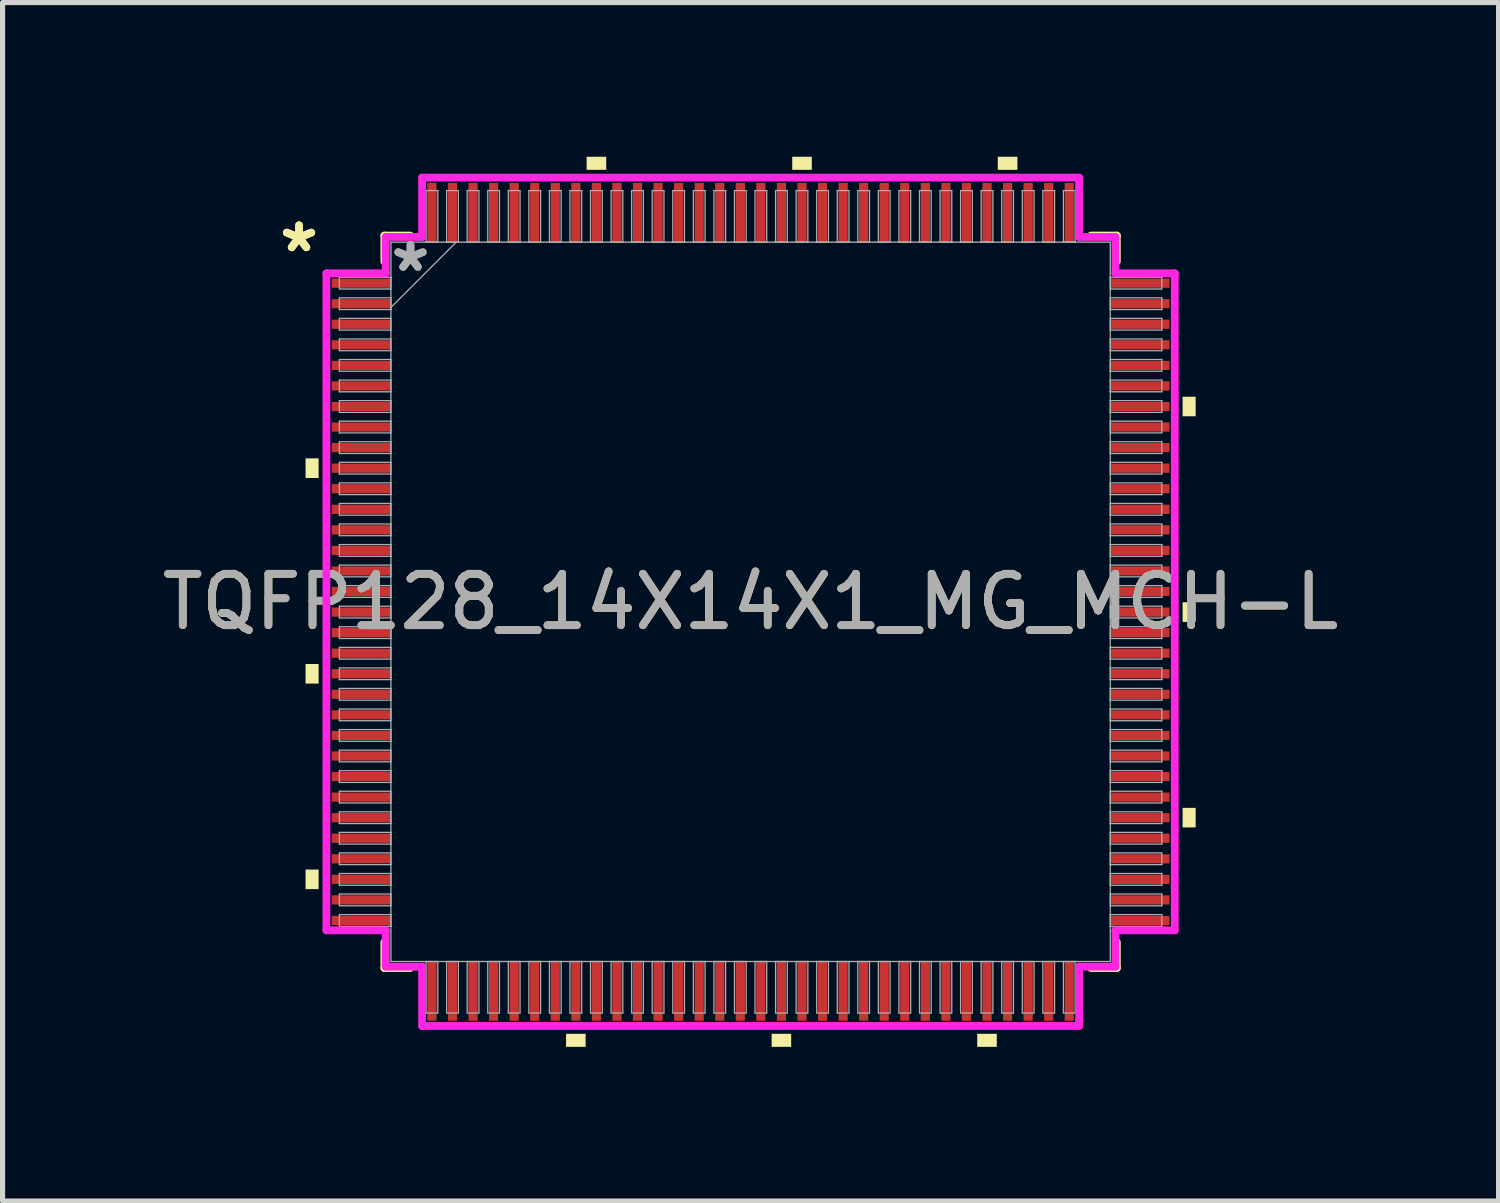
<source format=kicad_pcb>
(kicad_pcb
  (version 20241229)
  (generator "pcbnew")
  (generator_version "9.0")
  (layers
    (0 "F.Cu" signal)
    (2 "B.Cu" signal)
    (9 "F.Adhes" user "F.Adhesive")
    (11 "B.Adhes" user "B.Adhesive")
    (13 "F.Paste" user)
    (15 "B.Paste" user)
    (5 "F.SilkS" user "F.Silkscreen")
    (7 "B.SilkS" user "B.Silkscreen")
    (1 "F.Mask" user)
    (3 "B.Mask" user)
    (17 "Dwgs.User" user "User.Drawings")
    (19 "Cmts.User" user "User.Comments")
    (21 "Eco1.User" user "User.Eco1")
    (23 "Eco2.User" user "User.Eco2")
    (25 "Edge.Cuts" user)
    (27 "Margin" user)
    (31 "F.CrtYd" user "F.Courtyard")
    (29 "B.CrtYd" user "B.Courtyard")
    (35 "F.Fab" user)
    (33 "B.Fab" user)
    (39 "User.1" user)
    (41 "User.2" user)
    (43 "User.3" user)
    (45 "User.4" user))
  (footprint "TQFP128_14X14X1_MG_MCH-L"
    (layer "F.Cu")
    (at 11.554 8.659)
    (property "Reference" "TQFP128_14X14X1_MG_MCH-L" (at 0 0 0) (unlocked yes) (layer "F.SilkS") (effects (font (size 1 1) (thickness 0.15))))
    (attr smd)
    (fp_line (start -7.125 -7.125) (end -7.125 -6.622) (stroke (width 0.152) (type solid)) (layer "F.SilkS"))
    (fp_line (start -7.125 6.622) (end -7.125 7.125) (stroke (width 0.152) (type solid)) (layer "F.SilkS"))
    (fp_line (start -7.125 7.125) (end -6.622 7.125) (stroke (width 0.152) (type solid)) (layer "F.SilkS"))
    (fp_line (start -6.622 -7.125) (end -7.125 -7.125) (stroke (width 0.152) (type solid)) (layer "F.SilkS"))
    (fp_line (start 6.622 7.125) (end 7.125 7.125) (stroke (width 0.152) (type solid)) (layer "F.SilkS"))
    (fp_line (start 7.125 -7.125) (end 6.622 -7.125) (stroke (width 0.152) (type solid)) (layer "F.SilkS"))
    (fp_line (start 7.125 -6.622) (end 7.125 -7.125) (stroke (width 0.152) (type solid)) (layer "F.SilkS"))
    (fp_line (start 7.125 7.125) (end 7.125 6.622) (stroke (width 0.152) (type solid)) (layer "F.SilkS"))
    (fp_poly (pts (xy -8.659 -2.791) (xy -8.659 -2.409) (xy -8.405 -2.409) (xy -8.405 -2.791)) (stroke (width 0) (type solid)) (fill yes) (layer "F.SilkS"))
    (fp_poly (pts (xy -8.659 1.21) (xy -8.659 1.591) (xy -8.405 1.591) (xy -8.405 1.21)) (stroke (width 0) (type solid)) (fill yes) (layer "F.SilkS"))
    (fp_poly (pts (xy -8.659 5.209) (xy -8.659 5.59) (xy -8.405 5.59) (xy -8.405 5.209)) (stroke (width 0) (type solid)) (fill yes) (layer "F.SilkS"))
    (fp_poly (pts (xy -3.591 8.405) (xy -3.591 8.659) (xy -3.21 8.659) (xy -3.21 8.405)) (stroke (width 0) (type solid)) (fill yes) (layer "F.SilkS"))
    (fp_poly (pts (xy -3.19 -8.405) (xy -3.19 -8.659) (xy -2.809 -8.659) (xy -2.809 -8.405)) (stroke (width 0) (type solid)) (fill yes) (layer "F.SilkS"))
    (fp_poly (pts (xy 0.409 8.405) (xy 0.409 8.659) (xy 0.79 8.659) (xy 0.79 8.405)) (stroke (width 0) (type solid)) (fill yes) (layer "F.SilkS"))
    (fp_poly (pts (xy 0.81 -8.405) (xy 0.81 -8.659) (xy 1.191 -8.659) (xy 1.191 -8.405)) (stroke (width 0) (type solid)) (fill yes) (layer "F.SilkS"))
    (fp_poly (pts (xy 4.409 8.405) (xy 4.409 8.659) (xy 4.79 8.659) (xy 4.79 8.405)) (stroke (width 0) (type solid)) (fill yes) (layer "F.SilkS"))
    (fp_poly (pts (xy 4.809 -8.405) (xy 4.809 -8.659) (xy 5.191 -8.659) (xy 5.191 -8.405)) (stroke (width 0) (type solid)) (fill yes) (layer "F.SilkS"))
    (fp_poly (pts (xy 8.659 -3.99) (xy 8.659 -3.61) (xy 8.405 -3.61) (xy 8.405 -3.99)) (stroke (width 0) (type solid)) (fill yes) (layer "F.SilkS"))
    (fp_poly (pts (xy 8.659 0.009) (xy 8.659 0.391) (xy 8.405 0.391) (xy 8.405 0.009)) (stroke (width 0) (type solid)) (fill yes) (layer "F.SilkS"))
    (fp_poly (pts (xy 8.659 4.009) (xy 8.659 4.39) (xy 8.405 4.39) (xy 8.405 4.009)) (stroke (width 0) (type solid)) (fill yes) (layer "F.SilkS"))
    (fp_line (start -8.253 -6.391) (end -7.099 -6.391) (stroke (width 0.152) (type solid)) (layer "F.CrtYd"))
    (fp_line (start -8.253 6.391) (end -8.253 -6.391) (stroke (width 0.152) (type solid)) (layer "F.CrtYd"))
    (fp_line (start -7.099 -7.099) (end -6.391 -7.099) (stroke (width 0.152) (type solid)) (layer "F.CrtYd"))
    (fp_line (start -7.099 -6.391) (end -7.099 -7.099) (stroke (width 0.152) (type solid)) (layer "F.CrtYd"))
    (fp_line (start -7.099 6.391) (end -8.253 6.391) (stroke (width 0.152) (type solid)) (layer "F.CrtYd"))
    (fp_line (start -7.099 7.099) (end -7.099 6.391) (stroke (width 0.152) (type solid)) (layer "F.CrtYd"))
    (fp_line (start -7.099 7.099) (end -6.391 7.099) (stroke (width 0.152) (type solid)) (layer "F.CrtYd"))
    (fp_line (start -6.391 -8.253) (end 6.391 -8.253) (stroke (width 0.152) (type solid)) (layer "F.CrtYd"))
    (fp_line (start -6.391 -7.099) (end -6.391 -8.253) (stroke (width 0.152) (type solid)) (layer "F.CrtYd"))
    (fp_line (start -6.391 7.099) (end -6.391 8.253) (stroke (width 0.152) (type solid)) (layer "F.CrtYd"))
    (fp_line (start -6.391 8.253) (end 6.391 8.253) (stroke (width 0.152) (type solid)) (layer "F.CrtYd"))
    (fp_line (start 6.391 -8.253) (end 6.391 -7.099) (stroke (width 0.152) (type solid)) (layer "F.CrtYd"))
    (fp_line (start 6.391 -7.099) (end 7.099 -7.099) (stroke (width 0.152) (type solid)) (layer "F.CrtYd"))
    (fp_line (start 6.391 7.099) (end 7.099 7.099) (stroke (width 0.152) (type solid)) (layer "F.CrtYd"))
    (fp_line (start 6.391 8.253) (end 6.391 7.099) (stroke (width 0.152) (type solid)) (layer "F.CrtYd"))
    (fp_line (start 7.099 -6.391) (end 7.099 -7.099) (stroke (width 0.152) (type solid)) (layer "F.CrtYd"))
    (fp_line (start 7.099 6.391) (end 8.253 6.391) (stroke (width 0.152) (type solid)) (layer "F.CrtYd"))
    (fp_line (start 7.099 7.099) (end 7.099 6.391) (stroke (width 0.152) (type solid)) (layer "F.CrtYd"))
    (fp_line (start 8.253 -6.391) (end 7.099 -6.391) (stroke (width 0.152) (type solid)) (layer "F.CrtYd"))
    (fp_line (start 8.253 6.391) (end 8.253 -6.391) (stroke (width 0.152) (type solid)) (layer "F.CrtYd"))
    (fp_line (start -8.001 -6.314) (end -8.001 -6.086) (stroke (width 0.025) (type solid)) (layer "F.Fab"))
    (fp_line (start -8.001 -6.086) (end -6.998 -6.086) (stroke (width 0.025) (type solid)) (layer "F.Fab"))
    (fp_line (start -8.001 -5.914) (end -8.001 -5.686) (stroke (width 0.025) (type solid)) (layer "F.Fab"))
    (fp_line (start -8.001 -5.686) (end -6.998 -5.686) (stroke (width 0.025) (type solid)) (layer "F.Fab"))
    (fp_line (start -8.001 -5.514) (end -8.001 -5.286) (stroke (width 0.025) (type solid)) (layer "F.Fab"))
    (fp_line (start -8.001 -5.286) (end -6.998 -5.286) (stroke (width 0.025) (type solid)) (layer "F.Fab"))
    (fp_line (start -8.001 -5.114) (end -8.001 -4.886) (stroke (width 0.025) (type solid)) (layer "F.Fab"))
    (fp_line (start -8.001 -4.886) (end -6.998 -4.886) (stroke (width 0.025) (type solid)) (layer "F.Fab"))
    (fp_line (start -8.001 -4.714) (end -8.001 -4.486) (stroke (width 0.025) (type solid)) (layer "F.Fab"))
    (fp_line (start -8.001 -4.486) (end -6.998 -4.486) (stroke (width 0.025) (type solid)) (layer "F.Fab"))
    (fp_line (start -8.001 -4.314) (end -8.001 -4.086) (stroke (width 0.025) (type solid)) (layer "F.Fab"))
    (fp_line (start -8.001 -4.086) (end -6.998 -4.086) (stroke (width 0.025) (type solid)) (layer "F.Fab"))
    (fp_line (start -8.001 -3.914) (end -8.001 -3.686) (stroke (width 0.025) (type solid)) (layer "F.Fab"))
    (fp_line (start -8.001 -3.686) (end -6.998 -3.686) (stroke (width 0.025) (type solid)) (layer "F.Fab"))
    (fp_line (start -8.001 -3.514) (end -8.001 -3.286) (stroke (width 0.025) (type solid)) (layer "F.Fab"))
    (fp_line (start -8.001 -3.286) (end -6.998 -3.286) (stroke (width 0.025) (type solid)) (layer "F.Fab"))
    (fp_line (start -8.001 -3.114) (end -8.001 -2.886) (stroke (width 0.025) (type solid)) (layer "F.Fab"))
    (fp_line (start -8.001 -2.886) (end -6.998 -2.886) (stroke (width 0.025) (type solid)) (layer "F.Fab"))
    (fp_line (start -8.001 -2.714) (end -8.001 -2.486) (stroke (width 0.025) (type solid)) (layer "F.Fab"))
    (fp_line (start -8.001 -2.486) (end -6.998 -2.486) (stroke (width 0.025) (type solid)) (layer "F.Fab"))
    (fp_line (start -8.001 -2.314) (end -8.001 -2.086) (stroke (width 0.025) (type solid)) (layer "F.Fab"))
    (fp_line (start -8.001 -2.086) (end -6.998 -2.086) (stroke (width 0.025) (type solid)) (layer "F.Fab"))
    (fp_line (start -8.001 -1.914) (end -8.001 -1.686) (stroke (width 0.025) (type solid)) (layer "F.Fab"))
    (fp_line (start -8.001 -1.686) (end -6.998 -1.686) (stroke (width 0.025) (type solid)) (layer "F.Fab"))
    (fp_line (start -8.001 -1.514) (end -8.001 -1.286) (stroke (width 0.025) (type solid)) (layer "F.Fab"))
    (fp_line (start -8.001 -1.286) (end -6.998 -1.286) (stroke (width 0.025) (type solid)) (layer "F.Fab"))
    (fp_line (start -8.001 -1.114) (end -8.001 -0.886) (stroke (width 0.025) (type solid)) (layer "F.Fab"))
    (fp_line (start -8.001 -0.886) (end -6.998 -0.886) (stroke (width 0.025) (type solid)) (layer "F.Fab"))
    (fp_line (start -8.001 -0.714) (end -8.001 -0.486) (stroke (width 0.025) (type solid)) (layer "F.Fab"))
    (fp_line (start -8.001 -0.486) (end -6.998 -0.486) (stroke (width 0.025) (type solid)) (layer "F.Fab"))
    (fp_line (start -8.001 -0.314) (end -8.001 -0.086) (stroke (width 0.025) (type solid)) (layer "F.Fab"))
    (fp_line (start -8.001 -0.086) (end -6.998 -0.086) (stroke (width 0.025) (type solid)) (layer "F.Fab"))
    (fp_line (start -8.001 0.086) (end -8.001 0.314) (stroke (width 0.025) (type solid)) (layer "F.Fab"))
    (fp_line (start -8.001 0.314) (end -6.998 0.314) (stroke (width 0.025) (type solid)) (layer "F.Fab"))
    (fp_line (start -8.001 0.486) (end -8.001 0.714) (stroke (width 0.025) (type solid)) (layer "F.Fab"))
    (fp_line (start -8.001 0.714) (end -6.998 0.714) (stroke (width 0.025) (type solid)) (layer "F.Fab"))
    (fp_line (start -8.001 0.886) (end -8.001 1.114) (stroke (width 0.025) (type solid)) (layer "F.Fab"))
    (fp_line (start -8.001 1.114) (end -6.998 1.114) (stroke (width 0.025) (type solid)) (layer "F.Fab"))
    (fp_line (start -8.001 1.286) (end -8.001 1.514) (stroke (width 0.025) (type solid)) (layer "F.Fab"))
    (fp_line (start -8.001 1.514) (end -6.998 1.514) (stroke (width 0.025) (type solid)) (layer "F.Fab"))
    (fp_line (start -8.001 1.686) (end -8.001 1.914) (stroke (width 0.025) (type solid)) (layer "F.Fab"))
    (fp_line (start -8.001 1.914) (end -6.998 1.914) (stroke (width 0.025) (type solid)) (layer "F.Fab"))
    (fp_line (start -8.001 2.086) (end -8.001 2.314) (stroke (width 0.025) (type solid)) (layer "F.Fab"))
    (fp_line (start -8.001 2.314) (end -6.998 2.314) (stroke (width 0.025) (type solid)) (layer "F.Fab"))
    (fp_line (start -8.001 2.486) (end -8.001 2.714) (stroke (width 0.025) (type solid)) (layer "F.Fab"))
    (fp_line (start -8.001 2.714) (end -6.998 2.714) (stroke (width 0.025) (type solid)) (layer "F.Fab"))
    (fp_line (start -8.001 2.886) (end -8.001 3.114) (stroke (width 0.025) (type solid)) (layer "F.Fab"))
    (fp_line (start -8.001 3.114) (end -6.998 3.114) (stroke (width 0.025) (type solid)) (layer "F.Fab"))
    (fp_line (start -8.001 3.286) (end -8.001 3.514) (stroke (width 0.025) (type solid)) (layer "F.Fab"))
    (fp_line (start -8.001 3.514) (end -6.998 3.514) (stroke (width 0.025) (type solid)) (layer "F.Fab"))
    (fp_line (start -8.001 3.686) (end -8.001 3.914) (stroke (width 0.025) (type solid)) (layer "F.Fab"))
    (fp_line (start -8.001 3.914) (end -6.998 3.914) (stroke (width 0.025) (type solid)) (layer "F.Fab"))
    (fp_line (start -8.001 4.086) (end -8.001 4.314) (stroke (width 0.025) (type solid)) (layer "F.Fab"))
    (fp_line (start -8.001 4.314) (end -6.998 4.314) (stroke (width 0.025) (type solid)) (layer "F.Fab"))
    (fp_line (start -8.001 4.486) (end -8.001 4.714) (stroke (width 0.025) (type solid)) (layer "F.Fab"))
    (fp_line (start -8.001 4.714) (end -6.998 4.714) (stroke (width 0.025) (type solid)) (layer "F.Fab"))
    (fp_line (start -8.001 4.886) (end -8.001 5.114) (stroke (width 0.025) (type solid)) (layer "F.Fab"))
    (fp_line (start -8.001 5.114) (end -6.998 5.114) (stroke (width 0.025) (type solid)) (layer "F.Fab"))
    (fp_line (start -8.001 5.286) (end -8.001 5.514) (stroke (width 0.025) (type solid)) (layer "F.Fab"))
    (fp_line (start -8.001 5.514) (end -6.998 5.514) (stroke (width 0.025) (type solid)) (layer "F.Fab"))
    (fp_line (start -8.001 5.686) (end -8.001 5.914) (stroke (width 0.025) (type solid)) (layer "F.Fab"))
    (fp_line (start -8.001 5.914) (end -6.998 5.914) (stroke (width 0.025) (type solid)) (layer "F.Fab"))
    (fp_line (start -8.001 6.086) (end -8.001 6.314) (stroke (width 0.025) (type solid)) (layer "F.Fab"))
    (fp_line (start -8.001 6.314) (end -6.998 6.314) (stroke (width 0.025) (type solid)) (layer "F.Fab"))
    (fp_line (start -6.998 -6.998) (end -6.998 6.998) (stroke (width 0.025) (type solid)) (layer "F.Fab"))
    (fp_line (start -6.998 -6.314) (end -8.001 -6.314) (stroke (width 0.025) (type solid)) (layer "F.Fab"))
    (fp_line (start -6.998 -6.086) (end -6.998 -6.314) (stroke (width 0.025) (type solid)) (layer "F.Fab"))
    (fp_line (start -6.998 -5.914) (end -8.001 -5.914) (stroke (width 0.025) (type solid)) (layer "F.Fab"))
    (fp_line (start -6.998 -5.728) (end -5.728 -6.998) (stroke (width 0.025) (type solid)) (layer "F.Fab"))
    (fp_line (start -6.998 -5.686) (end -6.998 -5.914) (stroke (width 0.025) (type solid)) (layer "F.Fab"))
    (fp_line (start -6.998 -5.514) (end -8.001 -5.514) (stroke (width 0.025) (type solid)) (layer "F.Fab"))
    (fp_line (start -6.998 -5.286) (end -6.998 -5.514) (stroke (width 0.025) (type solid)) (layer "F.Fab"))
    (fp_line (start -6.998 -5.114) (end -8.001 -5.114) (stroke (width 0.025) (type solid)) (layer "F.Fab"))
    (fp_line (start -6.998 -4.886) (end -6.998 -5.114) (stroke (width 0.025) (type solid)) (layer "F.Fab"))
    (fp_line (start -6.998 -4.714) (end -8.001 -4.714) (stroke (width 0.025) (type solid)) (layer "F.Fab"))
    (fp_line (start -6.998 -4.486) (end -6.998 -4.714) (stroke (width 0.025) (type solid)) (layer "F.Fab"))
    (fp_line (start -6.998 -4.314) (end -8.001 -4.314) (stroke (width 0.025) (type solid)) (layer "F.Fab"))
    (fp_line (start -6.998 -4.086) (end -6.998 -4.314) (stroke (width 0.025) (type solid)) (layer "F.Fab"))
    (fp_line (start -6.998 -3.914) (end -8.001 -3.914) (stroke (width 0.025) (type solid)) (layer "F.Fab"))
    (fp_line (start -6.998 -3.686) (end -6.998 -3.914) (stroke (width 0.025) (type solid)) (layer "F.Fab"))
    (fp_line (start -6.998 -3.514) (end -8.001 -3.514) (stroke (width 0.025) (type solid)) (layer "F.Fab"))
    (fp_line (start -6.998 -3.286) (end -6.998 -3.514) (stroke (width 0.025) (type solid)) (layer "F.Fab"))
    (fp_line (start -6.998 -3.114) (end -8.001 -3.114) (stroke (width 0.025) (type solid)) (layer "F.Fab"))
    (fp_line (start -6.998 -2.886) (end -6.998 -3.114) (stroke (width 0.025) (type solid)) (layer "F.Fab"))
    (fp_line (start -6.998 -2.714) (end -8.001 -2.714) (stroke (width 0.025) (type solid)) (layer "F.Fab"))
    (fp_line (start -6.998 -2.486) (end -6.998 -2.714) (stroke (width 0.025) (type solid)) (layer "F.Fab"))
    (fp_line (start -6.998 -2.314) (end -8.001 -2.314) (stroke (width 0.025) (type solid)) (layer "F.Fab"))
    (fp_line (start -6.998 -2.086) (end -6.998 -2.314) (stroke (width 0.025) (type solid)) (layer "F.Fab"))
    (fp_line (start -6.998 -1.914) (end -8.001 -1.914) (stroke (width 0.025) (type solid)) (layer "F.Fab"))
    (fp_line (start -6.998 -1.686) (end -6.998 -1.914) (stroke (width 0.025) (type solid)) (layer "F.Fab"))
    (fp_line (start -6.998 -1.514) (end -8.001 -1.514) (stroke (width 0.025) (type solid)) (layer "F.Fab"))
    (fp_line (start -6.998 -1.286) (end -6.998 -1.514) (stroke (width 0.025) (type solid)) (layer "F.Fab"))
    (fp_line (start -6.998 -1.114) (end -8.001 -1.114) (stroke (width 0.025) (type solid)) (layer "F.Fab"))
    (fp_line (start -6.998 -0.886) (end -6.998 -1.114) (stroke (width 0.025) (type solid)) (layer "F.Fab"))
    (fp_line (start -6.998 -0.714) (end -8.001 -0.714) (stroke (width 0.025) (type solid)) (layer "F.Fab"))
    (fp_line (start -6.998 -0.486) (end -6.998 -0.714) (stroke (width 0.025) (type solid)) (layer "F.Fab"))
    (fp_line (start -6.998 -0.314) (end -8.001 -0.314) (stroke (width 0.025) (type solid)) (layer "F.Fab"))
    (fp_line (start -6.998 -0.086) (end -6.998 -0.314) (stroke (width 0.025) (type solid)) (layer "F.Fab"))
    (fp_line (start -6.998 0.086) (end -8.001 0.086) (stroke (width 0.025) (type solid)) (layer "F.Fab"))
    (fp_line (start -6.998 0.314) (end -6.998 0.086) (stroke (width 0.025) (type solid)) (layer "F.Fab"))
    (fp_line (start -6.998 0.486) (end -8.001 0.486) (stroke (width 0.025) (type solid)) (layer "F.Fab"))
    (fp_line (start -6.998 0.714) (end -6.998 0.486) (stroke (width 0.025) (type solid)) (layer "F.Fab"))
    (fp_line (start -6.998 0.886) (end -8.001 0.886) (stroke (width 0.025) (type solid)) (layer "F.Fab"))
    (fp_line (start -6.998 1.114) (end -6.998 0.886) (stroke (width 0.025) (type solid)) (layer "F.Fab"))
    (fp_line (start -6.998 1.286) (end -8.001 1.286) (stroke (width 0.025) (type solid)) (layer "F.Fab"))
    (fp_line (start -6.998 1.514) (end -6.998 1.286) (stroke (width 0.025) (type solid)) (layer "F.Fab"))
    (fp_line (start -6.998 1.686) (end -8.001 1.686) (stroke (width 0.025) (type solid)) (layer "F.Fab"))
    (fp_line (start -6.998 1.914) (end -6.998 1.686) (stroke (width 0.025) (type solid)) (layer "F.Fab"))
    (fp_line (start -6.998 2.086) (end -8.001 2.086) (stroke (width 0.025) (type solid)) (layer "F.Fab"))
    (fp_line (start -6.998 2.314) (end -6.998 2.086) (stroke (width 0.025) (type solid)) (layer "F.Fab"))
    (fp_line (start -6.998 2.486) (end -8.001 2.486) (stroke (width 0.025) (type solid)) (layer "F.Fab"))
    (fp_line (start -6.998 2.714) (end -6.998 2.486) (stroke (width 0.025) (type solid)) (layer "F.Fab"))
    (fp_line (start -6.998 2.886) (end -8.001 2.886) (stroke (width 0.025) (type solid)) (layer "F.Fab"))
    (fp_line (start -6.998 3.114) (end -6.998 2.886) (stroke (width 0.025) (type solid)) (layer "F.Fab"))
    (fp_line (start -6.998 3.286) (end -8.001 3.286) (stroke (width 0.025) (type solid)) (layer "F.Fab"))
    (fp_line (start -6.998 3.514) (end -6.998 3.286) (stroke (width 0.025) (type solid)) (layer "F.Fab"))
    (fp_line (start -6.998 3.686) (end -8.001 3.686) (stroke (width 0.025) (type solid)) (layer "F.Fab"))
    (fp_line (start -6.998 3.914) (end -6.998 3.686) (stroke (width 0.025) (type solid)) (layer "F.Fab"))
    (fp_line (start -6.998 4.086) (end -8.001 4.086) (stroke (width 0.025) (type solid)) (layer "F.Fab"))
    (fp_line (start -6.998 4.314) (end -6.998 4.086) (stroke (width 0.025) (type solid)) (layer "F.Fab"))
    (fp_line (start -6.998 4.486) (end -8.001 4.486) (stroke (width 0.025) (type solid)) (layer "F.Fab"))
    (fp_line (start -6.998 4.714) (end -6.998 4.486) (stroke (width 0.025) (type solid)) (layer "F.Fab"))
    (fp_line (start -6.998 4.886) (end -8.001 4.886) (stroke (width 0.025) (type solid)) (layer "F.Fab"))
    (fp_line (start -6.998 5.114) (end -6.998 4.886) (stroke (width 0.025) (type solid)) (layer "F.Fab"))
    (fp_line (start -6.998 5.286) (end -8.001 5.286) (stroke (width 0.025) (type solid)) (layer "F.Fab"))
    (fp_line (start -6.998 5.514) (end -6.998 5.286) (stroke (width 0.025) (type solid)) (layer "F.Fab"))
    (fp_line (start -6.998 5.686) (end -8.001 5.686) (stroke (width 0.025) (type solid)) (layer "F.Fab"))
    (fp_line (start -6.998 5.914) (end -6.998 5.686) (stroke (width 0.025) (type solid)) (layer "F.Fab"))
    (fp_line (start -6.998 6.086) (end -8.001 6.086) (stroke (width 0.025) (type solid)) (layer "F.Fab"))
    (fp_line (start -6.998 6.314) (end -6.998 6.086) (stroke (width 0.025) (type solid)) (layer "F.Fab"))
    (fp_line (start -6.998 6.998) (end 6.998 6.998) (stroke (width 0.025) (type solid)) (layer "F.Fab"))
    (fp_line (start -6.314 -8.001) (end -6.314 -6.998) (stroke (width 0.025) (type solid)) (layer "F.Fab"))
    (fp_line (start -6.314 -6.998) (end -6.086 -6.998) (stroke (width 0.025) (type solid)) (layer "F.Fab"))
    (fp_line (start -6.314 6.998) (end -6.314 8.001) (stroke (width 0.025) (type solid)) (layer "F.Fab"))
    (fp_line (start -6.314 8.001) (end -6.086 8.001) (stroke (width 0.025) (type solid)) (layer "F.Fab"))
    (fp_line (start -6.086 -8.001) (end -6.314 -8.001) (stroke (width 0.025) (type solid)) (layer "F.Fab"))
    (fp_line (start -6.086 -6.998) (end -6.086 -8.001) (stroke (width 0.025) (type solid)) (layer "F.Fab"))
    (fp_line (start -6.086 6.998) (end -6.314 6.998) (stroke (width 0.025) (type solid)) (layer "F.Fab"))
    (fp_line (start -6.086 8.001) (end -6.086 6.998) (stroke (width 0.025) (type solid)) (layer "F.Fab"))
    (fp_line (start -5.914 6.998) (end -5.914 8.001) (stroke (width 0.025) (type solid)) (layer "F.Fab"))
    (fp_line (start -5.914 8.001) (end -5.686 8.001) (stroke (width 0.025) (type solid)) (layer "F.Fab"))
    (fp_line (start -5.914 -8.001) (end -5.914 -6.998) (stroke (width 0.025) (type solid)) (layer "F.Fab"))
    (fp_line (start -5.914 -6.998) (end -5.686 -6.998) (stroke (width 0.025) (type solid)) (layer "F.Fab"))
    (fp_line (start -5.686 6.998) (end -5.914 6.998) (stroke (width 0.025) (type solid)) (layer "F.Fab"))
    (fp_line (start -5.686 8.001) (end -5.686 6.998) (stroke (width 0.025) (type solid)) (layer "F.Fab"))
    (fp_line (start -5.686 -8.001) (end -5.914 -8.001) (stroke (width 0.025) (type solid)) (layer "F.Fab"))
    (fp_line (start -5.686 -6.998) (end -5.686 -8.001) (stroke (width 0.025) (type solid)) (layer "F.Fab"))
    (fp_line (start -5.514 6.998) (end -5.514 8.001) (stroke (width 0.025) (type solid)) (layer "F.Fab"))
    (fp_line (start -5.514 8.001) (end -5.286 8.001) (stroke (width 0.025) (type solid)) (layer "F.Fab"))
    (fp_line (start -5.514 -8.001) (end -5.514 -6.998) (stroke (width 0.025) (type solid)) (layer "F.Fab"))
    (fp_line (start -5.514 -6.998) (end -5.286 -6.998) (stroke (width 0.025) (type solid)) (layer "F.Fab"))
    (fp_line (start -5.286 6.998) (end -5.514 6.998) (stroke (width 0.025) (type solid)) (layer "F.Fab"))
    (fp_line (start -5.286 8.001) (end -5.286 6.998) (stroke (width 0.025) (type solid)) (layer "F.Fab"))
    (fp_line (start -5.286 -8.001) (end -5.514 -8.001) (stroke (width 0.025) (type solid)) (layer "F.Fab"))
    (fp_line (start -5.286 -6.998) (end -5.286 -8.001) (stroke (width 0.025) (type solid)) (layer "F.Fab"))
    (fp_line (start -5.114 6.998) (end -5.114 8.001) (stroke (width 0.025) (type solid)) (layer "F.Fab"))
    (fp_line (start -5.114 8.001) (end -4.886 8.001) (stroke (width 0.025) (type solid)) (layer "F.Fab"))
    (fp_line (start -5.114 -8.001) (end -5.114 -6.998) (stroke (width 0.025) (type solid)) (layer "F.Fab"))
    (fp_line (start -5.114 -6.998) (end -4.886 -6.998) (stroke (width 0.025) (type solid)) (layer "F.Fab"))
    (fp_line (start -4.886 6.998) (end -5.114 6.998) (stroke (width 0.025) (type solid)) (layer "F.Fab"))
    (fp_line (start -4.886 8.001) (end -4.886 6.998) (stroke (width 0.025) (type solid)) (layer "F.Fab"))
    (fp_line (start -4.886 -8.001) (end -5.114 -8.001) (stroke (width 0.025) (type solid)) (layer "F.Fab"))
    (fp_line (start -4.886 -6.998) (end -4.886 -8.001) (stroke (width 0.025) (type solid)) (layer "F.Fab"))
    (fp_line (start -4.714 6.998) (end -4.714 8.001) (stroke (width 0.025) (type solid)) (layer "F.Fab"))
    (fp_line (start -4.714 8.001) (end -4.486 8.001) (stroke (width 0.025) (type solid)) (layer "F.Fab"))
    (fp_line (start -4.714 -8.001) (end -4.714 -6.998) (stroke (width 0.025) (type solid)) (layer "F.Fab"))
    (fp_line (start -4.714 -6.998) (end -4.486 -6.998) (stroke (width 0.025) (type solid)) (layer "F.Fab"))
    (fp_line (start -4.486 6.998) (end -4.714 6.998) (stroke (width 0.025) (type solid)) (layer "F.Fab"))
    (fp_line (start -4.486 8.001) (end -4.486 6.998) (stroke (width 0.025) (type solid)) (layer "F.Fab"))
    (fp_line (start -4.486 -8.001) (end -4.714 -8.001) (stroke (width 0.025) (type solid)) (layer "F.Fab"))
    (fp_line (start -4.486 -6.998) (end -4.486 -8.001) (stroke (width 0.025) (type solid)) (layer "F.Fab"))
    (fp_line (start -4.314 6.998) (end -4.314 8.001) (stroke (width 0.025) (type solid)) (layer "F.Fab"))
    (fp_line (start -4.314 8.001) (end -4.086 8.001) (stroke (width 0.025) (type solid)) (layer "F.Fab"))
    (fp_line (start -4.314 -8.001) (end -4.314 -6.998) (stroke (width 0.025) (type solid)) (layer "F.Fab"))
    (fp_line (start -4.314 -6.998) (end -4.086 -6.998) (stroke (width 0.025) (type solid)) (layer "F.Fab"))
    (fp_line (start -4.086 6.998) (end -4.314 6.998) (stroke (width 0.025) (type solid)) (layer "F.Fab"))
    (fp_line (start -4.086 8.001) (end -4.086 6.998) (stroke (width 0.025) (type solid)) (layer "F.Fab"))
    (fp_line (start -4.086 -8.001) (end -4.314 -8.001) (stroke (width 0.025) (type solid)) (layer "F.Fab"))
    (fp_line (start -4.086 -6.998) (end -4.086 -8.001) (stroke (width 0.025) (type solid)) (layer "F.Fab"))
    (fp_line (start -3.914 6.998) (end -3.914 8.001) (stroke (width 0.025) (type solid)) (layer "F.Fab"))
    (fp_line (start -3.914 8.001) (end -3.686 8.001) (stroke (width 0.025) (type solid)) (layer "F.Fab"))
    (fp_line (start -3.914 -8.001) (end -3.914 -6.998) (stroke (width 0.025) (type solid)) (layer "F.Fab"))
    (fp_line (start -3.914 -6.998) (end -3.686 -6.998) (stroke (width 0.025) (type solid)) (layer "F.Fab"))
    (fp_line (start -3.686 6.998) (end -3.914 6.998) (stroke (width 0.025) (type solid)) (layer "F.Fab"))
    (fp_line (start -3.686 8.001) (end -3.686 6.998) (stroke (width 0.025) (type solid)) (layer "F.Fab"))
    (fp_line (start -3.686 -8.001) (end -3.914 -8.001) (stroke (width 0.025) (type solid)) (layer "F.Fab"))
    (fp_line (start -3.686 -6.998) (end -3.686 -8.001) (stroke (width 0.025) (type solid)) (layer "F.Fab"))
    (fp_line (start -3.514 6.998) (end -3.514 8.001) (stroke (width 0.025) (type solid)) (layer "F.Fab"))
    (fp_line (start -3.514 8.001) (end -3.286 8.001) (stroke (width 0.025) (type solid)) (layer "F.Fab"))
    (fp_line (start -3.514 -8.001) (end -3.514 -6.998) (stroke (width 0.025) (type solid)) (layer "F.Fab"))
    (fp_line (start -3.514 -6.998) (end -3.286 -6.998) (stroke (width 0.025) (type solid)) (layer "F.Fab"))
    (fp_line (start -3.286 6.998) (end -3.514 6.998) (stroke (width 0.025) (type solid)) (layer "F.Fab"))
    (fp_line (start -3.286 8.001) (end -3.286 6.998) (stroke (width 0.025) (type solid)) (layer "F.Fab"))
    (fp_line (start -3.286 -8.001) (end -3.514 -8.001) (stroke (width 0.025) (type solid)) (layer "F.Fab"))
    (fp_line (start -3.286 -6.998) (end -3.286 -8.001) (stroke (width 0.025) (type solid)) (layer "F.Fab"))
    (fp_line (start -3.114 6.998) (end -3.114 8.001) (stroke (width 0.025) (type solid)) (layer "F.Fab"))
    (fp_line (start -3.114 8.001) (end -2.886 8.001) (stroke (width 0.025) (type solid)) (layer "F.Fab"))
    (fp_line (start -3.114 -8.001) (end -3.114 -6.998) (stroke (width 0.025) (type solid)) (layer "F.Fab"))
    (fp_line (start -3.114 -6.998) (end -2.886 -6.998) (stroke (width 0.025) (type solid)) (layer "F.Fab"))
    (fp_line (start -2.886 6.998) (end -3.114 6.998) (stroke (width 0.025) (type solid)) (layer "F.Fab"))
    (fp_line (start -2.886 8.001) (end -2.886 6.998) (stroke (width 0.025) (type solid)) (layer "F.Fab"))
    (fp_line (start -2.886 -8.001) (end -3.114 -8.001) (stroke (width 0.025) (type solid)) (layer "F.Fab"))
    (fp_line (start -2.886 -6.998) (end -2.886 -8.001) (stroke (width 0.025) (type solid)) (layer "F.Fab"))
    (fp_line (start -2.714 -8.001) (end -2.714 -6.998) (stroke (width 0.025) (type solid)) (layer "F.Fab"))
    (fp_line (start -2.714 -6.998) (end -2.486 -6.998) (stroke (width 0.025) (type solid)) (layer "F.Fab"))
    (fp_line (start -2.714 6.998) (end -2.714 8.001) (stroke (width 0.025) (type solid)) (layer "F.Fab"))
    (fp_line (start -2.714 8.001) (end -2.486 8.001) (stroke (width 0.025) (type solid)) (layer "F.Fab"))
    (fp_line (start -2.486 -8.001) (end -2.714 -8.001) (stroke (width 0.025) (type solid)) (layer "F.Fab"))
    (fp_line (start -2.486 -6.998) (end -2.486 -8.001) (stroke (width 0.025) (type solid)) (layer "F.Fab"))
    (fp_line (start -2.486 6.998) (end -2.714 6.998) (stroke (width 0.025) (type solid)) (layer "F.Fab"))
    (fp_line (start -2.486 8.001) (end -2.486 6.998) (stroke (width 0.025) (type solid)) (layer "F.Fab"))
    (fp_line (start -2.314 -8.001) (end -2.314 -6.998) (stroke (width 0.025) (type solid)) (layer "F.Fab"))
    (fp_line (start -2.314 -6.998) (end -2.086 -6.998) (stroke (width 0.025) (type solid)) (layer "F.Fab"))
    (fp_line (start -2.314 6.998) (end -2.314 8.001) (stroke (width 0.025) (type solid)) (layer "F.Fab"))
    (fp_line (start -2.314 8.001) (end -2.086 8.001) (stroke (width 0.025) (type solid)) (layer "F.Fab"))
    (fp_line (start -2.086 -8.001) (end -2.314 -8.001) (stroke (width 0.025) (type solid)) (layer "F.Fab"))
    (fp_line (start -2.086 -6.998) (end -2.086 -8.001) (stroke (width 0.025) (type solid)) (layer "F.Fab"))
    (fp_line (start -2.086 6.998) (end -2.314 6.998) (stroke (width 0.025) (type solid)) (layer "F.Fab"))
    (fp_line (start -2.086 8.001) (end -2.086 6.998) (stroke (width 0.025) (type solid)) (layer "F.Fab"))
    (fp_line (start -1.914 -8.001) (end -1.914 -6.998) (stroke (width 0.025) (type solid)) (layer "F.Fab"))
    (fp_line (start -1.914 -6.998) (end -1.686 -6.998) (stroke (width 0.025) (type solid)) (layer "F.Fab"))
    (fp_line (start -1.914 6.998) (end -1.914 8.001) (stroke (width 0.025) (type solid)) (layer "F.Fab"))
    (fp_line (start -1.914 8.001) (end -1.686 8.001) (stroke (width 0.025) (type solid)) (layer "F.Fab"))
    (fp_line (start -1.686 -8.001) (end -1.914 -8.001) (stroke (width 0.025) (type solid)) (layer "F.Fab"))
    (fp_line (start -1.686 -6.998) (end -1.686 -8.001) (stroke (width 0.025) (type solid)) (layer "F.Fab"))
    (fp_line (start -1.686 6.998) (end -1.914 6.998) (stroke (width 0.025) (type solid)) (layer "F.Fab"))
    (fp_line (start -1.686 8.001) (end -1.686 6.998) (stroke (width 0.025) (type solid)) (layer "F.Fab"))
    (fp_line (start -1.514 -8.001) (end -1.514 -6.998) (stroke (width 0.025) (type solid)) (layer "F.Fab"))
    (fp_line (start -1.514 -6.998) (end -1.286 -6.998) (stroke (width 0.025) (type solid)) (layer "F.Fab"))
    (fp_line (start -1.514 6.998) (end -1.514 8.001) (stroke (width 0.025) (type solid)) (layer "F.Fab"))
    (fp_line (start -1.514 8.001) (end -1.286 8.001) (stroke (width 0.025) (type solid)) (layer "F.Fab"))
    (fp_line (start -1.286 -8.001) (end -1.514 -8.001) (stroke (width 0.025) (type solid)) (layer "F.Fab"))
    (fp_line (start -1.286 -6.998) (end -1.286 -8.001) (stroke (width 0.025) (type solid)) (layer "F.Fab"))
    (fp_line (start -1.286 6.998) (end -1.514 6.998) (stroke (width 0.025) (type solid)) (layer "F.Fab"))
    (fp_line (start -1.286 8.001) (end -1.286 6.998) (stroke (width 0.025) (type solid)) (layer "F.Fab"))
    (fp_line (start -1.114 -8.001) (end -1.114 -6.998) (stroke (width 0.025) (type solid)) (layer "F.Fab"))
    (fp_line (start -1.114 -6.998) (end -0.886 -6.998) (stroke (width 0.025) (type solid)) (layer "F.Fab"))
    (fp_line (start -1.114 6.998) (end -1.114 8.001) (stroke (width 0.025) (type solid)) (layer "F.Fab"))
    (fp_line (start -1.114 8.001) (end -0.886 8.001) (stroke (width 0.025) (type solid)) (layer "F.Fab"))
    (fp_line (start -0.886 -8.001) (end -1.114 -8.001) (stroke (width 0.025) (type solid)) (layer "F.Fab"))
    (fp_line (start -0.886 -6.998) (end -0.886 -8.001) (stroke (width 0.025) (type solid)) (layer "F.Fab"))
    (fp_line (start -0.886 6.998) (end -1.114 6.998) (stroke (width 0.025) (type solid)) (layer "F.Fab"))
    (fp_line (start -0.886 8.001) (end -0.886 6.998) (stroke (width 0.025) (type solid)) (layer "F.Fab"))
    (fp_line (start -0.714 -8.001) (end -0.714 -6.998) (stroke (width 0.025) (type solid)) (layer "F.Fab"))
    (fp_line (start -0.714 -6.998) (end -0.486 -6.998) (stroke (width 0.025) (type solid)) (layer "F.Fab"))
    (fp_line (start -0.714 6.998) (end -0.714 8.001) (stroke (width 0.025) (type solid)) (layer "F.Fab"))
    (fp_line (start -0.714 8.001) (end -0.486 8.001) (stroke (width 0.025) (type solid)) (layer "F.Fab"))
    (fp_line (start -0.486 -8.001) (end -0.714 -8.001) (stroke (width 0.025) (type solid)) (layer "F.Fab"))
    (fp_line (start -0.486 -6.998) (end -0.486 -8.001) (stroke (width 0.025) (type solid)) (layer "F.Fab"))
    (fp_line (start -0.486 6.998) (end -0.714 6.998) (stroke (width 0.025) (type solid)) (layer "F.Fab"))
    (fp_line (start -0.486 8.001) (end -0.486 6.998) (stroke (width 0.025) (type solid)) (layer "F.Fab"))
    (fp_line (start -0.314 -8.001) (end -0.314 -6.998) (stroke (width 0.025) (type solid)) (layer "F.Fab"))
    (fp_line (start -0.314 -6.998) (end -0.086 -6.998) (stroke (width 0.025) (type solid)) (layer "F.Fab"))
    (fp_line (start -0.314 6.998) (end -0.314 8.001) (stroke (width 0.025) (type solid)) (layer "F.Fab"))
    (fp_line (start -0.314 8.001) (end -0.086 8.001) (stroke (width 0.025) (type solid)) (layer "F.Fab"))
    (fp_line (start -0.086 -8.001) (end -0.314 -8.001) (stroke (width 0.025) (type solid)) (layer "F.Fab"))
    (fp_line (start -0.086 -6.998) (end -0.086 -8.001) (stroke (width 0.025) (type solid)) (layer "F.Fab"))
    (fp_line (start -0.086 6.998) (end -0.314 6.998) (stroke (width 0.025) (type solid)) (layer "F.Fab"))
    (fp_line (start -0.086 8.001) (end -0.086 6.998) (stroke (width 0.025) (type solid)) (layer "F.Fab"))
    (fp_line (start 0.086 -8.001) (end 0.086 -6.998) (stroke (width 0.025) (type solid)) (layer "F.Fab"))
    (fp_line (start 0.086 -6.998) (end 0.314 -6.998) (stroke (width 0.025) (type solid)) (layer "F.Fab"))
    (fp_line (start 0.086 6.998) (end 0.086 8.001) (stroke (width 0.025) (type solid)) (layer "F.Fab"))
    (fp_line (start 0.086 8.001) (end 0.314 8.001) (stroke (width 0.025) (type solid)) (layer "F.Fab"))
    (fp_line (start 0.314 -8.001) (end 0.086 -8.001) (stroke (width 0.025) (type solid)) (layer "F.Fab"))
    (fp_line (start 0.314 -6.998) (end 0.314 -8.001) (stroke (width 0.025) (type solid)) (layer "F.Fab"))
    (fp_line (start 0.314 6.998) (end 0.086 6.998) (stroke (width 0.025) (type solid)) (layer "F.Fab"))
    (fp_line (start 0.314 8.001) (end 0.314 6.998) (stroke (width 0.025) (type solid)) (layer "F.Fab"))
    (fp_line (start 0.486 -8.001) (end 0.486 -6.998) (stroke (width 0.025) (type solid)) (layer "F.Fab"))
    (fp_line (start 0.486 -6.998) (end 0.714 -6.998) (stroke (width 0.025) (type solid)) (layer "F.Fab"))
    (fp_line (start 0.486 6.998) (end 0.486 8.001) (stroke (width 0.025) (type solid)) (layer "F.Fab"))
    (fp_line (start 0.486 8.001) (end 0.714 8.001) (stroke (width 0.025) (type solid)) (layer "F.Fab"))
    (fp_line (start 0.714 -8.001) (end 0.486 -8.001) (stroke (width 0.025) (type solid)) (layer "F.Fab"))
    (fp_line (start 0.714 -6.998) (end 0.714 -8.001) (stroke (width 0.025) (type solid)) (layer "F.Fab"))
    (fp_line (start 0.714 6.998) (end 0.486 6.998) (stroke (width 0.025) (type solid)) (layer "F.Fab"))
    (fp_line (start 0.714 8.001) (end 0.714 6.998) (stroke (width 0.025) (type solid)) (layer "F.Fab"))
    (fp_line (start 0.886 -8.001) (end 0.886 -6.998) (stroke (width 0.025) (type solid)) (layer "F.Fab"))
    (fp_line (start 0.886 -6.998) (end 1.114 -6.998) (stroke (width 0.025) (type solid)) (layer "F.Fab"))
    (fp_line (start 0.886 6.998) (end 0.886 8.001) (stroke (width 0.025) (type solid)) (layer "F.Fab"))
    (fp_line (start 0.886 8.001) (end 1.114 8.001) (stroke (width 0.025) (type solid)) (layer "F.Fab"))
    (fp_line (start 1.114 -8.001) (end 0.886 -8.001) (stroke (width 0.025) (type solid)) (layer "F.Fab"))
    (fp_line (start 1.114 -6.998) (end 1.114 -8.001) (stroke (width 0.025) (type solid)) (layer "F.Fab"))
    (fp_line (start 1.114 6.998) (end 0.886 6.998) (stroke (width 0.025) (type solid)) (layer "F.Fab"))
    (fp_line (start 1.114 8.001) (end 1.114 6.998) (stroke (width 0.025) (type solid)) (layer "F.Fab"))
    (fp_line (start 1.286 -8.001) (end 1.286 -6.998) (stroke (width 0.025) (type solid)) (layer "F.Fab"))
    (fp_line (start 1.286 -6.998) (end 1.514 -6.998) (stroke (width 0.025) (type solid)) (layer "F.Fab"))
    (fp_line (start 1.286 6.998) (end 1.286 8.001) (stroke (width 0.025) (type solid)) (layer "F.Fab"))
    (fp_line (start 1.286 8.001) (end 1.514 8.001) (stroke (width 0.025) (type solid)) (layer "F.Fab"))
    (fp_line (start 1.514 -8.001) (end 1.286 -8.001) (stroke (width 0.025) (type solid)) (layer "F.Fab"))
    (fp_line (start 1.514 -6.998) (end 1.514 -8.001) (stroke (width 0.025) (type solid)) (layer "F.Fab"))
    (fp_line (start 1.514 6.998) (end 1.286 6.998) (stroke (width 0.025) (type solid)) (layer "F.Fab"))
    (fp_line (start 1.514 8.001) (end 1.514 6.998) (stroke (width 0.025) (type solid)) (layer "F.Fab"))
    (fp_line (start 1.686 -8.001) (end 1.686 -6.998) (stroke (width 0.025) (type solid)) (layer "F.Fab"))
    (fp_line (start 1.686 -6.998) (end 1.914 -6.998) (stroke (width 0.025) (type solid)) (layer "F.Fab"))
    (fp_line (start 1.686 6.998) (end 1.686 8.001) (stroke (width 0.025) (type solid)) (layer "F.Fab"))
    (fp_line (start 1.686 8.001) (end 1.914 8.001) (stroke (width 0.025) (type solid)) (layer "F.Fab"))
    (fp_line (start 1.914 -8.001) (end 1.686 -8.001) (stroke (width 0.025) (type solid)) (layer "F.Fab"))
    (fp_line (start 1.914 -6.998) (end 1.914 -8.001) (stroke (width 0.025) (type solid)) (layer "F.Fab"))
    (fp_line (start 1.914 6.998) (end 1.686 6.998) (stroke (width 0.025) (type solid)) (layer "F.Fab"))
    (fp_line (start 1.914 8.001) (end 1.914 6.998) (stroke (width 0.025) (type solid)) (layer "F.Fab"))
    (fp_line (start 2.086 -8.001) (end 2.086 -6.998) (stroke (width 0.025) (type solid)) (layer "F.Fab"))
    (fp_line (start 2.086 -6.998) (end 2.314 -6.998) (stroke (width 0.025) (type solid)) (layer "F.Fab"))
    (fp_line (start 2.086 6.998) (end 2.086 8.001) (stroke (width 0.025) (type solid)) (layer "F.Fab"))
    (fp_line (start 2.086 8.001) (end 2.314 8.001) (stroke (width 0.025) (type solid)) (layer "F.Fab"))
    (fp_line (start 2.314 -8.001) (end 2.086 -8.001) (stroke (width 0.025) (type solid)) (layer "F.Fab"))
    (fp_line (start 2.314 -6.998) (end 2.314 -8.001) (stroke (width 0.025) (type solid)) (layer "F.Fab"))
    (fp_line (start 2.314 6.998) (end 2.086 6.998) (stroke (width 0.025) (type solid)) (layer "F.Fab"))
    (fp_line (start 2.314 8.001) (end 2.314 6.998) (stroke (width 0.025) (type solid)) (layer "F.Fab"))
    (fp_line (start 2.486 -8.001) (end 2.486 -6.998) (stroke (width 0.025) (type solid)) (layer "F.Fab"))
    (fp_line (start 2.486 -6.998) (end 2.714 -6.998) (stroke (width 0.025) (type solid)) (layer "F.Fab"))
    (fp_line (start 2.486 6.998) (end 2.486 8.001) (stroke (width 0.025) (type solid)) (layer "F.Fab"))
    (fp_line (start 2.486 8.001) (end 2.714 8.001) (stroke (width 0.025) (type solid)) (layer "F.Fab"))
    (fp_line (start 2.714 -8.001) (end 2.486 -8.001) (stroke (width 0.025) (type solid)) (layer "F.Fab"))
    (fp_line (start 2.714 -6.998) (end 2.714 -8.001) (stroke (width 0.025) (type solid)) (layer "F.Fab"))
    (fp_line (start 2.714 6.998) (end 2.486 6.998) (stroke (width 0.025) (type solid)) (layer "F.Fab"))
    (fp_line (start 2.714 8.001) (end 2.714 6.998) (stroke (width 0.025) (type solid)) (layer "F.Fab"))
    (fp_line (start 2.886 6.998) (end 2.886 8.001) (stroke (width 0.025) (type solid)) (layer "F.Fab"))
    (fp_line (start 2.886 8.001) (end 3.114 8.001) (stroke (width 0.025) (type solid)) (layer "F.Fab"))
    (fp_line (start 2.886 -8.001) (end 2.886 -6.998) (stroke (width 0.025) (type solid)) (layer "F.Fab"))
    (fp_line (start 2.886 -6.998) (end 3.114 -6.998) (stroke (width 0.025) (type solid)) (layer "F.Fab"))
    (fp_line (start 3.114 6.998) (end 2.886 6.998) (stroke (width 0.025) (type solid)) (layer "F.Fab"))
    (fp_line (start 3.114 8.001) (end 3.114 6.998) (stroke (width 0.025) (type solid)) (layer "F.Fab"))
    (fp_line (start 3.114 -8.001) (end 2.886 -8.001) (stroke (width 0.025) (type solid)) (layer "F.Fab"))
    (fp_line (start 3.114 -6.998) (end 3.114 -8.001) (stroke (width 0.025) (type solid)) (layer "F.Fab"))
    (fp_line (start 3.286 6.998) (end 3.286 8.001) (stroke (width 0.025) (type solid)) (layer "F.Fab"))
    (fp_line (start 3.286 8.001) (end 3.514 8.001) (stroke (width 0.025) (type solid)) (layer "F.Fab"))
    (fp_line (start 3.286 -8.001) (end 3.286 -6.998) (stroke (width 0.025) (type solid)) (layer "F.Fab"))
    (fp_line (start 3.286 -6.998) (end 3.514 -6.998) (stroke (width 0.025) (type solid)) (layer "F.Fab"))
    (fp_line (start 3.514 6.998) (end 3.286 6.998) (stroke (width 0.025) (type solid)) (layer "F.Fab"))
    (fp_line (start 3.514 8.001) (end 3.514 6.998) (stroke (width 0.025) (type solid)) (layer "F.Fab"))
    (fp_line (start 3.514 -8.001) (end 3.286 -8.001) (stroke (width 0.025) (type solid)) (layer "F.Fab"))
    (fp_line (start 3.514 -6.998) (end 3.514 -8.001) (stroke (width 0.025) (type solid)) (layer "F.Fab"))
    (fp_line (start 3.686 6.998) (end 3.686 8.001) (stroke (width 0.025) (type solid)) (layer "F.Fab"))
    (fp_line (start 3.686 8.001) (end 3.914 8.001) (stroke (width 0.025) (type solid)) (layer "F.Fab"))
    (fp_line (start 3.686 -8.001) (end 3.686 -6.998) (stroke (width 0.025) (type solid)) (layer "F.Fab"))
    (fp_line (start 3.686 -6.998) (end 3.914 -6.998) (stroke (width 0.025) (type solid)) (layer "F.Fab"))
    (fp_line (start 3.914 6.998) (end 3.686 6.998) (stroke (width 0.025) (type solid)) (layer "F.Fab"))
    (fp_line (start 3.914 8.001) (end 3.914 6.998) (stroke (width 0.025) (type solid)) (layer "F.Fab"))
    (fp_line (start 3.914 -8.001) (end 3.686 -8.001) (stroke (width 0.025) (type solid)) (layer "F.Fab"))
    (fp_line (start 3.914 -6.998) (end 3.914 -8.001) (stroke (width 0.025) (type solid)) (layer "F.Fab"))
    (fp_line (start 4.086 6.998) (end 4.086 8.001) (stroke (width 0.025) (type solid)) (layer "F.Fab"))
    (fp_line (start 4.086 8.001) (end 4.314 8.001) (stroke (width 0.025) (type solid)) (layer "F.Fab"))
    (fp_line (start 4.086 -8.001) (end 4.086 -6.998) (stroke (width 0.025) (type solid)) (layer "F.Fab"))
    (fp_line (start 4.086 -6.998) (end 4.314 -6.998) (stroke (width 0.025) (type solid)) (layer "F.Fab"))
    (fp_line (start 4.314 6.998) (end 4.086 6.998) (stroke (width 0.025) (type solid)) (layer "F.Fab"))
    (fp_line (start 4.314 8.001) (end 4.314 6.998) (stroke (width 0.025) (type solid)) (layer "F.Fab"))
    (fp_line (start 4.314 -8.001) (end 4.086 -8.001) (stroke (width 0.025) (type solid)) (layer "F.Fab"))
    (fp_line (start 4.314 -6.998) (end 4.314 -8.001) (stroke (width 0.025) (type solid)) (layer "F.Fab"))
    (fp_line (start 4.486 6.998) (end 4.486 8.001) (stroke (width 0.025) (type solid)) (layer "F.Fab"))
    (fp_line (start 4.486 8.001) (end 4.714 8.001) (stroke (width 0.025) (type solid)) (layer "F.Fab"))
    (fp_line (start 4.486 -8.001) (end 4.486 -6.998) (stroke (width 0.025) (type solid)) (layer "F.Fab"))
    (fp_line (start 4.486 -6.998) (end 4.714 -6.998) (stroke (width 0.025) (type solid)) (layer "F.Fab"))
    (fp_line (start 4.714 6.998) (end 4.486 6.998) (stroke (width 0.025) (type solid)) (layer "F.Fab"))
    (fp_line (start 4.714 8.001) (end 4.714 6.998) (stroke (width 0.025) (type solid)) (layer "F.Fab"))
    (fp_line (start 4.714 -8.001) (end 4.486 -8.001) (stroke (width 0.025) (type solid)) (layer "F.Fab"))
    (fp_line (start 4.714 -6.998) (end 4.714 -8.001) (stroke (width 0.025) (type solid)) (layer "F.Fab"))
    (fp_line (start 4.886 6.998) (end 4.886 8.001) (stroke (width 0.025) (type solid)) (layer "F.Fab"))
    (fp_line (start 4.886 8.001) (end 5.114 8.001) (stroke (width 0.025) (type solid)) (layer "F.Fab"))
    (fp_line (start 4.886 -8.001) (end 4.886 -6.998) (stroke (width 0.025) (type solid)) (layer "F.Fab"))
    (fp_line (start 4.886 -6.998) (end 5.114 -6.998) (stroke (width 0.025) (type solid)) (layer "F.Fab"))
    (fp_line (start 5.114 6.998) (end 4.886 6.998) (stroke (width 0.025) (type solid)) (layer "F.Fab"))
    (fp_line (start 5.114 8.001) (end 5.114 6.998) (stroke (width 0.025) (type solid)) (layer "F.Fab"))
    (fp_line (start 5.114 -8.001) (end 4.886 -8.001) (stroke (width 0.025) (type solid)) (layer "F.Fab"))
    (fp_line (start 5.114 -6.998) (end 5.114 -8.001) (stroke (width 0.025) (type solid)) (layer "F.Fab"))
    (fp_line (start 5.286 6.998) (end 5.286 8.001) (stroke (width 0.025) (type solid)) (layer "F.Fab"))
    (fp_line (start 5.286 8.001) (end 5.514 8.001) (stroke (width 0.025) (type solid)) (layer "F.Fab"))
    (fp_line (start 5.286 -8.001) (end 5.286 -6.998) (stroke (width 0.025) (type solid)) (layer "F.Fab"))
    (fp_line (start 5.286 -6.998) (end 5.514 -6.998) (stroke (width 0.025) (type solid)) (layer "F.Fab"))
    (fp_line (start 5.514 6.998) (end 5.286 6.998) (stroke (width 0.025) (type solid)) (layer "F.Fab"))
    (fp_line (start 5.514 8.001) (end 5.514 6.998) (stroke (width 0.025) (type solid)) (layer "F.Fab"))
    (fp_line (start 5.514 -8.001) (end 5.286 -8.001) (stroke (width 0.025) (type solid)) (layer "F.Fab"))
    (fp_line (start 5.514 -6.998) (end 5.514 -8.001) (stroke (width 0.025) (type solid)) (layer "F.Fab"))
    (fp_line (start 5.686 6.998) (end 5.686 8.001) (stroke (width 0.025) (type solid)) (layer "F.Fab"))
    (fp_line (start 5.686 8.001) (end 5.914 8.001) (stroke (width 0.025) (type solid)) (layer "F.Fab"))
    (fp_line (start 5.686 -8.001) (end 5.686 -6.998) (stroke (width 0.025) (type solid)) (layer "F.Fab"))
    (fp_line (start 5.686 -6.998) (end 5.914 -6.998) (stroke (width 0.025) (type solid)) (layer "F.Fab"))
    (fp_line (start 5.914 6.998) (end 5.686 6.998) (stroke (width 0.025) (type solid)) (layer "F.Fab"))
    (fp_line (start 5.914 8.001) (end 5.914 6.998) (stroke (width 0.025) (type solid)) (layer "F.Fab"))
    (fp_line (start 5.914 -8.001) (end 5.686 -8.001) (stroke (width 0.025) (type solid)) (layer "F.Fab"))
    (fp_line (start 5.914 -6.998) (end 5.914 -8.001) (stroke (width 0.025) (type solid)) (layer "F.Fab"))
    (fp_line (start 6.086 -8.001) (end 6.086 -6.998) (stroke (width 0.025) (type solid)) (layer "F.Fab"))
    (fp_line (start 6.086 -6.998) (end 6.314 -6.998) (stroke (width 0.025) (type solid)) (layer "F.Fab"))
    (fp_line (start 6.086 6.998) (end 6.086 8.001) (stroke (width 0.025) (type solid)) (layer "F.Fab"))
    (fp_line (start 6.086 8.001) (end 6.314 8.001) (stroke (width 0.025) (type solid)) (layer "F.Fab"))
    (fp_line (start 6.314 -8.001) (end 6.086 -8.001) (stroke (width 0.025) (type solid)) (layer "F.Fab"))
    (fp_line (start 6.314 -6.998) (end 6.314 -8.001) (stroke (width 0.025) (type solid)) (layer "F.Fab"))
    (fp_line (start 6.314 6.998) (end 6.086 6.998) (stroke (width 0.025) (type solid)) (layer "F.Fab"))
    (fp_line (start 6.314 8.001) (end 6.314 6.998) (stroke (width 0.025) (type solid)) (layer "F.Fab"))
    (fp_line (start 6.998 -6.998) (end -6.998 -6.998) (stroke (width 0.025) (type solid)) (layer "F.Fab"))
    (fp_line (start 6.998 -6.314) (end 6.998 -6.086) (stroke (width 0.025) (type solid)) (layer "F.Fab"))
    (fp_line (start 6.998 -6.086) (end 8.001 -6.086) (stroke (width 0.025) (type solid)) (layer "F.Fab"))
    (fp_line (start 6.998 -5.914) (end 6.998 -5.686) (stroke (width 0.025) (type solid)) (layer "F.Fab"))
    (fp_line (start 6.998 -5.686) (end 8.001 -5.686) (stroke (width 0.025) (type solid)) (layer "F.Fab"))
    (fp_line (start 6.998 -5.514) (end 6.998 -5.286) (stroke (width 0.025) (type solid)) (layer "F.Fab"))
    (fp_line (start 6.998 -5.286) (end 8.001 -5.286) (stroke (width 0.025) (type solid)) (layer "F.Fab"))
    (fp_line (start 6.998 -5.114) (end 6.998 -4.886) (stroke (width 0.025) (type solid)) (layer "F.Fab"))
    (fp_line (start 6.998 -4.886) (end 8.001 -4.886) (stroke (width 0.025) (type solid)) (layer "F.Fab"))
    (fp_line (start 6.998 -4.714) (end 6.998 -4.486) (stroke (width 0.025) (type solid)) (layer "F.Fab"))
    (fp_line (start 6.998 -4.486) (end 8.001 -4.486) (stroke (width 0.025) (type solid)) (layer "F.Fab"))
    (fp_line (start 6.998 -4.314) (end 6.998 -4.086) (stroke (width 0.025) (type solid)) (layer "F.Fab"))
    (fp_line (start 6.998 -4.086) (end 8.001 -4.086) (stroke (width 0.025) (type solid)) (layer "F.Fab"))
    (fp_line (start 6.998 -3.914) (end 6.998 -3.686) (stroke (width 0.025) (type solid)) (layer "F.Fab"))
    (fp_line (start 6.998 -3.686) (end 8.001 -3.686) (stroke (width 0.025) (type solid)) (layer "F.Fab"))
    (fp_line (start 6.998 -3.514) (end 6.998 -3.286) (stroke (width 0.025) (type solid)) (layer "F.Fab"))
    (fp_line (start 6.998 -3.286) (end 8.001 -3.286) (stroke (width 0.025) (type solid)) (layer "F.Fab"))
    (fp_line (start 6.998 -3.114) (end 6.998 -2.886) (stroke (width 0.025) (type solid)) (layer "F.Fab"))
    (fp_line (start 6.998 -2.886) (end 8.001 -2.886) (stroke (width 0.025) (type solid)) (layer "F.Fab"))
    (fp_line (start 6.998 -2.714) (end 6.998 -2.486) (stroke (width 0.025) (type solid)) (layer "F.Fab"))
    (fp_line (start 6.998 -2.486) (end 8.001 -2.486) (stroke (width 0.025) (type solid)) (layer "F.Fab"))
    (fp_line (start 6.998 -2.314) (end 6.998 -2.086) (stroke (width 0.025) (type solid)) (layer "F.Fab"))
    (fp_line (start 6.998 -2.086) (end 8.001 -2.086) (stroke (width 0.025) (type solid)) (layer "F.Fab"))
    (fp_line (start 6.998 -1.914) (end 6.998 -1.686) (stroke (width 0.025) (type solid)) (layer "F.Fab"))
    (fp_line (start 6.998 -1.686) (end 8.001 -1.686) (stroke (width 0.025) (type solid)) (layer "F.Fab"))
    (fp_line (start 6.998 -1.514) (end 6.998 -1.286) (stroke (width 0.025) (type solid)) (layer "F.Fab"))
    (fp_line (start 6.998 -1.286) (end 8.001 -1.286) (stroke (width 0.025) (type solid)) (layer "F.Fab"))
    (fp_line (start 6.998 -1.114) (end 6.998 -0.886) (stroke (width 0.025) (type solid)) (layer "F.Fab"))
    (fp_line (start 6.998 -0.886) (end 8.001 -0.886) (stroke (width 0.025) (type solid)) (layer "F.Fab"))
    (fp_line (start 6.998 -0.714) (end 6.998 -0.486) (stroke (width 0.025) (type solid)) (layer "F.Fab"))
    (fp_line (start 6.998 -0.486) (end 8.001 -0.486) (stroke (width 0.025) (type solid)) (layer "F.Fab"))
    (fp_line (start 6.998 -0.314) (end 6.998 -0.086) (stroke (width 0.025) (type solid)) (layer "F.Fab"))
    (fp_line (start 6.998 -0.086) (end 8.001 -0.086) (stroke (width 0.025) (type solid)) (layer "F.Fab"))
    (fp_line (start 6.998 0.086) (end 6.998 0.314) (stroke (width 0.025) (type solid)) (layer "F.Fab"))
    (fp_line (start 6.998 0.314) (end 8.001 0.314) (stroke (width 0.025) (type solid)) (layer "F.Fab"))
    (fp_line (start 6.998 0.486) (end 6.998 0.714) (stroke (width 0.025) (type solid)) (layer "F.Fab"))
    (fp_line (start 6.998 0.714) (end 8.001 0.714) (stroke (width 0.025) (type solid)) (layer "F.Fab"))
    (fp_line (start 6.998 0.886) (end 6.998 1.114) (stroke (width 0.025) (type solid)) (layer "F.Fab"))
    (fp_line (start 6.998 1.114) (end 8.001 1.114) (stroke (width 0.025) (type solid)) (layer "F.Fab"))
    (fp_line (start 6.998 1.286) (end 6.998 1.514) (stroke (width 0.025) (type solid)) (layer "F.Fab"))
    (fp_line (start 6.998 1.514) (end 8.001 1.514) (stroke (width 0.025) (type solid)) (layer "F.Fab"))
    (fp_line (start 6.998 1.686) (end 6.998 1.914) (stroke (width 0.025) (type solid)) (layer "F.Fab"))
    (fp_line (start 6.998 1.914) (end 8.001 1.914) (stroke (width 0.025) (type solid)) (layer "F.Fab"))
    (fp_line (start 6.998 2.086) (end 6.998 2.314) (stroke (width 0.025) (type solid)) (layer "F.Fab"))
    (fp_line (start 6.998 2.314) (end 8.001 2.314) (stroke (width 0.025) (type solid)) (layer "F.Fab"))
    (fp_line (start 6.998 2.486) (end 6.998 2.714) (stroke (width 0.025) (type solid)) (layer "F.Fab"))
    (fp_line (start 6.998 2.714) (end 8.001 2.714) (stroke (width 0.025) (type solid)) (layer "F.Fab"))
    (fp_line (start 6.998 2.886) (end 6.998 3.114) (stroke (width 0.025) (type solid)) (layer "F.Fab"))
    (fp_line (start 6.998 3.114) (end 8.001 3.114) (stroke (width 0.025) (type solid)) (layer "F.Fab"))
    (fp_line (start 6.998 3.286) (end 6.998 3.514) (stroke (width 0.025) (type solid)) (layer "F.Fab"))
    (fp_line (start 6.998 3.514) (end 8.001 3.514) (stroke (width 0.025) (type solid)) (layer "F.Fab"))
    (fp_line (start 6.998 3.686) (end 6.998 3.914) (stroke (width 0.025) (type solid)) (layer "F.Fab"))
    (fp_line (start 6.998 3.914) (end 8.001 3.914) (stroke (width 0.025) (type solid)) (layer "F.Fab"))
    (fp_line (start 6.998 4.086) (end 6.998 4.314) (stroke (width 0.025) (type solid)) (layer "F.Fab"))
    (fp_line (start 6.998 4.314) (end 8.001 4.314) (stroke (width 0.025) (type solid)) (layer "F.Fab"))
    (fp_line (start 6.998 4.486) (end 6.998 4.714) (stroke (width 0.025) (type solid)) (layer "F.Fab"))
    (fp_line (start 6.998 4.714) (end 8.001 4.714) (stroke (width 0.025) (type solid)) (layer "F.Fab"))
    (fp_line (start 6.998 4.886) (end 6.998 5.114) (stroke (width 0.025) (type solid)) (layer "F.Fab"))
    (fp_line (start 6.998 5.114) (end 8.001 5.114) (stroke (width 0.025) (type solid)) (layer "F.Fab"))
    (fp_line (start 6.998 5.286) (end 6.998 5.514) (stroke (width 0.025) (type solid)) (layer "F.Fab"))
    (fp_line (start 6.998 5.514) (end 8.001 5.514) (stroke (width 0.025) (type solid)) (layer "F.Fab"))
    (fp_line (start 6.998 5.686) (end 6.998 5.914) (stroke (width 0.025) (type solid)) (layer "F.Fab"))
    (fp_line (start 6.998 5.914) (end 8.001 5.914) (stroke (width 0.025) (type solid)) (layer "F.Fab"))
    (fp_line (start 6.998 6.086) (end 6.998 6.314) (stroke (width 0.025) (type solid)) (layer "F.Fab"))
    (fp_line (start 6.998 6.314) (end 8.001 6.314) (stroke (width 0.025) (type solid)) (layer "F.Fab"))
    (fp_line (start 6.998 6.998) (end 6.998 -6.998) (stroke (width 0.025) (type solid)) (layer "F.Fab"))
    (fp_line (start 8.001 -6.314) (end 6.998 -6.314) (stroke (width 0.025) (type solid)) (layer "F.Fab"))
    (fp_line (start 8.001 -6.086) (end 8.001 -6.314) (stroke (width 0.025) (type solid)) (layer "F.Fab"))
    (fp_line (start 8.001 -5.914) (end 6.998 -5.914) (stroke (width 0.025) (type solid)) (layer "F.Fab"))
    (fp_line (start 8.001 -5.686) (end 8.001 -5.914) (stroke (width 0.025) (type solid)) (layer "F.Fab"))
    (fp_line (start 8.001 -5.514) (end 6.998 -5.514) (stroke (width 0.025) (type solid)) (layer "F.Fab"))
    (fp_line (start 8.001 -5.286) (end 8.001 -5.514) (stroke (width 0.025) (type solid)) (layer "F.Fab"))
    (fp_line (start 8.001 -5.114) (end 6.998 -5.114) (stroke (width 0.025) (type solid)) (layer "F.Fab"))
    (fp_line (start 8.001 -4.886) (end 8.001 -5.114) (stroke (width 0.025) (type solid)) (layer "F.Fab"))
    (fp_line (start 8.001 -4.714) (end 6.998 -4.714) (stroke (width 0.025) (type solid)) (layer "F.Fab"))
    (fp_line (start 8.001 -4.486) (end 8.001 -4.714) (stroke (width 0.025) (type solid)) (layer "F.Fab"))
    (fp_line (start 8.001 -4.314) (end 6.998 -4.314) (stroke (width 0.025) (type solid)) (layer "F.Fab"))
    (fp_line (start 8.001 -4.086) (end 8.001 -4.314) (stroke (width 0.025) (type solid)) (layer "F.Fab"))
    (fp_line (start 8.001 -3.914) (end 6.998 -3.914) (stroke (width 0.025) (type solid)) (layer "F.Fab"))
    (fp_line (start 8.001 -3.686) (end 8.001 -3.914) (stroke (width 0.025) (type solid)) (layer "F.Fab"))
    (fp_line (start 8.001 -3.514) (end 6.998 -3.514) (stroke (width 0.025) (type solid)) (layer "F.Fab"))
    (fp_line (start 8.001 -3.286) (end 8.001 -3.514) (stroke (width 0.025) (type solid)) (layer "F.Fab"))
    (fp_line (start 8.001 -3.114) (end 6.998 -3.114) (stroke (width 0.025) (type solid)) (layer "F.Fab"))
    (fp_line (start 8.001 -2.886) (end 8.001 -3.114) (stroke (width 0.025) (type solid)) (layer "F.Fab"))
    (fp_line (start 8.001 -2.714) (end 6.998 -2.714) (stroke (width 0.025) (type solid)) (layer "F.Fab"))
    (fp_line (start 8.001 -2.486) (end 8.001 -2.714) (stroke (width 0.025) (type solid)) (layer "F.Fab"))
    (fp_line (start 8.001 -2.314) (end 6.998 -2.314) (stroke (width 0.025) (type solid)) (layer "F.Fab"))
    (fp_line (start 8.001 -2.086) (end 8.001 -2.314) (stroke (width 0.025) (type solid)) (layer "F.Fab"))
    (fp_line (start 8.001 -1.914) (end 6.998 -1.914) (stroke (width 0.025) (type solid)) (layer "F.Fab"))
    (fp_line (start 8.001 -1.686) (end 8.001 -1.914) (stroke (width 0.025) (type solid)) (layer "F.Fab"))
    (fp_line (start 8.001 -1.514) (end 6.998 -1.514) (stroke (width 0.025) (type solid)) (layer "F.Fab"))
    (fp_line (start 8.001 -1.286) (end 8.001 -1.514) (stroke (width 0.025) (type solid)) (layer "F.Fab"))
    (fp_line (start 8.001 -1.114) (end 6.998 -1.114) (stroke (width 0.025) (type solid)) (layer "F.Fab"))
    (fp_line (start 8.001 -0.886) (end 8.001 -1.114) (stroke (width 0.025) (type solid)) (layer "F.Fab"))
    (fp_line (start 8.001 -0.714) (end 6.998 -0.714) (stroke (width 0.025) (type solid)) (layer "F.Fab"))
    (fp_line (start 8.001 -0.486) (end 8.001 -0.714) (stroke (width 0.025) (type solid)) (layer "F.Fab"))
    (fp_line (start 8.001 -0.314) (end 6.998 -0.314) (stroke (width 0.025) (type solid)) (layer "F.Fab"))
    (fp_line (start 8.001 -0.086) (end 8.001 -0.314) (stroke (width 0.025) (type solid)) (layer "F.Fab"))
    (fp_line (start 8.001 0.086) (end 6.998 0.086) (stroke (width 0.025) (type solid)) (layer "F.Fab"))
    (fp_line (start 8.001 0.314) (end 8.001 0.086) (stroke (width 0.025) (type solid)) (layer "F.Fab"))
    (fp_line (start 8.001 0.486) (end 6.998 0.486) (stroke (width 0.025) (type solid)) (layer "F.Fab"))
    (fp_line (start 8.001 0.714) (end 8.001 0.486) (stroke (width 0.025) (type solid)) (layer "F.Fab"))
    (fp_line (start 8.001 0.886) (end 6.998 0.886) (stroke (width 0.025) (type solid)) (layer "F.Fab"))
    (fp_line (start 8.001 1.114) (end 8.001 0.886) (stroke (width 0.025) (type solid)) (layer "F.Fab"))
    (fp_line (start 8.001 1.286) (end 6.998 1.286) (stroke (width 0.025) (type solid)) (layer "F.Fab"))
    (fp_line (start 8.001 1.514) (end 8.001 1.286) (stroke (width 0.025) (type solid)) (layer "F.Fab"))
    (fp_line (start 8.001 1.686) (end 6.998 1.686) (stroke (width 0.025) (type solid)) (layer "F.Fab"))
    (fp_line (start 8.001 1.914) (end 8.001 1.686) (stroke (width 0.025) (type solid)) (layer "F.Fab"))
    (fp_line (start 8.001 2.086) (end 6.998 2.086) (stroke (width 0.025) (type solid)) (layer "F.Fab"))
    (fp_line (start 8.001 2.314) (end 8.001 2.086) (stroke (width 0.025) (type solid)) (layer "F.Fab"))
    (fp_line (start 8.001 2.486) (end 6.998 2.486) (stroke (width 0.025) (type solid)) (layer "F.Fab"))
    (fp_line (start 8.001 2.714) (end 8.001 2.486) (stroke (width 0.025) (type solid)) (layer "F.Fab"))
    (fp_line (start 8.001 2.886) (end 6.998 2.886) (stroke (width 0.025) (type solid)) (layer "F.Fab"))
    (fp_line (start 8.001 3.114) (end 8.001 2.886) (stroke (width 0.025) (type solid)) (layer "F.Fab"))
    (fp_line (start 8.001 3.286) (end 6.998 3.286) (stroke (width 0.025) (type solid)) (layer "F.Fab"))
    (fp_line (start 8.001 3.514) (end 8.001 3.286) (stroke (width 0.025) (type solid)) (layer "F.Fab"))
    (fp_line (start 8.001 3.686) (end 6.998 3.686) (stroke (width 0.025) (type solid)) (layer "F.Fab"))
    (fp_line (start 8.001 3.914) (end 8.001 3.686) (stroke (width 0.025) (type solid)) (layer "F.Fab"))
    (fp_line (start 8.001 4.086) (end 6.998 4.086) (stroke (width 0.025) (type solid)) (layer "F.Fab"))
    (fp_line (start 8.001 4.314) (end 8.001 4.086) (stroke (width 0.025) (type solid)) (layer "F.Fab"))
    (fp_line (start 8.001 4.486) (end 6.998 4.486) (stroke (width 0.025) (type solid)) (layer "F.Fab"))
    (fp_line (start 8.001 4.714) (end 8.001 4.486) (stroke (width 0.025) (type solid)) (layer "F.Fab"))
    (fp_line (start 8.001 4.886) (end 6.998 4.886) (stroke (width 0.025) (type solid)) (layer "F.Fab"))
    (fp_line (start 8.001 5.114) (end 8.001 4.886) (stroke (width 0.025) (type solid)) (layer "F.Fab"))
    (fp_line (start 8.001 5.286) (end 6.998 5.286) (stroke (width 0.025) (type solid)) (layer "F.Fab"))
    (fp_line (start 8.001 5.514) (end 8.001 5.286) (stroke (width 0.025) (type solid)) (layer "F.Fab"))
    (fp_line (start 8.001 5.686) (end 6.998 5.686) (stroke (width 0.025) (type solid)) (layer "F.Fab"))
    (fp_line (start 8.001 5.914) (end 8.001 5.686) (stroke (width 0.025) (type solid)) (layer "F.Fab"))
    (fp_line (start 8.001 6.086) (end 6.998 6.086) (stroke (width 0.025) (type solid)) (layer "F.Fab"))
    (fp_line (start 8.001 6.314) (end 8.001 6.086) (stroke (width 0.025) (type solid)) (layer "F.Fab"))
    (fp_text user "*" (at -8.786 -6.781 0) (unlocked yes) (layer "F.SilkS") (effects (font (size 1 1) (thickness 0.15))))
    (fp_text user "*" (at -8.786 -6.781 0) (layer "F.SilkS") (effects (font (size 1 1) (thickness 0.15))))
    (fp_text user "*" (at -6.617 -6.4 0) (layer "F.Fab") (effects (font (size 1 1) (thickness 0.15))))
    (fp_text user "${REFERENCE}" (at 0 0 0) (unlocked yes) (layer "F.Fab") (effects (font (size 1 1) (thickness 0.15))))
    (fp_text user "*" (at -6.617 -6.4 0) (unlocked yes) (layer "F.Fab") (effects (font (size 1 1) (thickness 0.15))))
    (pad "1" smd rect (at -7.574 -6.2 90) (size 0.179 1.153) (layers "F.Cu" "F.Mask" "F.Paste"))
    (pad "2" smd rect (at -7.574 -5.8 90) (size 0.179 1.153) (layers "F.Cu" "F.Mask" "F.Paste"))
    (pad "3" smd rect (at -7.574 -5.4 90) (size 0.179 1.153) (layers "F.Cu" "F.Mask" "F.Paste"))
    (pad "4" smd rect (at -7.574 -5 90) (size 0.179 1.153) (layers "F.Cu" "F.Mask" "F.Paste"))
    (pad "5" smd rect (at -7.574 -4.6 90) (size 0.179 1.153) (layers "F.Cu" "F.Mask" "F.Paste"))
    (pad "6" smd rect (at -7.574 -4.2 90) (size 0.179 1.153) (layers "F.Cu" "F.Mask" "F.Paste"))
    (pad "7" smd rect (at -7.574 -3.8 90) (size 0.179 1.153) (layers "F.Cu" "F.Mask" "F.Paste"))
    (pad "8" smd rect (at -7.574 -3.4 90) (size 0.179 1.153) (layers "F.Cu" "F.Mask" "F.Paste"))
    (pad "9" smd rect (at -7.574 -3 90) (size 0.179 1.153) (layers "F.Cu" "F.Mask" "F.Paste"))
    (pad "10" smd rect (at -7.574 -2.6 90) (size 0.179 1.153) (layers "F.Cu" "F.Mask" "F.Paste"))
    (pad "11" smd rect (at -7.574 -2.2 90) (size 0.179 1.153) (layers "F.Cu" "F.Mask" "F.Paste"))
    (pad "12" smd rect (at -7.574 -1.8 90) (size 0.179 1.153) (layers "F.Cu" "F.Mask" "F.Paste"))
    (pad "13" smd rect (at -7.574 -1.4 90) (size 0.179 1.153) (layers "F.Cu" "F.Mask" "F.Paste"))
    (pad "14" smd rect (at -7.574 -1 90) (size 0.179 1.153) (layers "F.Cu" "F.Mask" "F.Paste"))
    (pad "15" smd rect (at -7.574 -0.6 90) (size 0.179 1.153) (layers "F.Cu" "F.Mask" "F.Paste"))
    (pad "16" smd rect (at -7.574 -0.2 90) (size 0.179 1.153) (layers "F.Cu" "F.Mask" "F.Paste"))
    (pad "17" smd rect (at -7.574 0.2 90) (size 0.179 1.153) (layers "F.Cu" "F.Mask" "F.Paste"))
    (pad "18" smd rect (at -7.574 0.6 90) (size 0.179 1.153) (layers "F.Cu" "F.Mask" "F.Paste"))
    (pad "19" smd rect (at -7.574 1 90) (size 0.179 1.153) (layers "F.Cu" "F.Mask" "F.Paste"))
    (pad "20" smd rect (at -7.574 1.4 90) (size 0.179 1.153) (layers "F.Cu" "F.Mask" "F.Paste"))
    (pad "21" smd rect (at -7.574 1.8 90) (size 0.179 1.153) (layers "F.Cu" "F.Mask" "F.Paste"))
    (pad "22" smd rect (at -7.574 2.2 90) (size 0.179 1.153) (layers "F.Cu" "F.Mask" "F.Paste"))
    (pad "23" smd rect (at -7.574 2.6 90) (size 0.179 1.153) (layers "F.Cu" "F.Mask" "F.Paste"))
    (pad "24" smd rect (at -7.574 3 90) (size 0.179 1.153) (layers "F.Cu" "F.Mask" "F.Paste"))
    (pad "25" smd rect (at -7.574 3.4 90) (size 0.179 1.153) (layers "F.Cu" "F.Mask" "F.Paste"))
    (pad "26" smd rect (at -7.574 3.8 90) (size 0.179 1.153) (layers "F.Cu" "F.Mask" "F.Paste"))
    (pad "27" smd rect (at -7.574 4.2 90) (size 0.179 1.153) (layers "F.Cu" "F.Mask" "F.Paste"))
    (pad "28" smd rect (at -7.574 4.6 90) (size 0.179 1.153) (layers "F.Cu" "F.Mask" "F.Paste"))
    (pad "29" smd rect (at -7.574 5 90) (size 0.179 1.153) (layers "F.Cu" "F.Mask" "F.Paste"))
    (pad "30" smd rect (at -7.574 5.4 90) (size 0.179 1.153) (layers "F.Cu" "F.Mask" "F.Paste"))
    (pad "31" smd rect (at -7.574 5.8 90) (size 0.179 1.153) (layers "F.Cu" "F.Mask" "F.Paste"))
    (pad "32" smd rect (at -7.574 6.2 90) (size 0.179 1.153) (layers "F.Cu" "F.Mask" "F.Paste"))
    (pad "33" smd rect (at -6.2 7.574) (size 0.179 1.153) (layers "F.Cu" "F.Mask" "F.Paste"))
    (pad "34" smd rect (at -5.8 7.574) (size 0.179 1.153) (layers "F.Cu" "F.Mask" "F.Paste"))
    (pad "35" smd rect (at -5.4 7.574) (size 0.179 1.153) (layers "F.Cu" "F.Mask" "F.Paste"))
    (pad "36" smd rect (at -5 7.574) (size 0.179 1.153) (layers "F.Cu" "F.Mask" "F.Paste"))
    (pad "37" smd rect (at -4.6 7.574) (size 0.179 1.153) (layers "F.Cu" "F.Mask" "F.Paste"))
    (pad "38" smd rect (at -4.2 7.574) (size 0.179 1.153) (layers "F.Cu" "F.Mask" "F.Paste"))
    (pad "39" smd rect (at -3.8 7.574) (size 0.179 1.153) (layers "F.Cu" "F.Mask" "F.Paste"))
    (pad "40" smd rect (at -3.4 7.574) (size 0.179 1.153) (layers "F.Cu" "F.Mask" "F.Paste"))
    (pad "41" smd rect (at -3 7.574) (size 0.179 1.153) (layers "F.Cu" "F.Mask" "F.Paste"))
    (pad "42" smd rect (at -2.6 7.574) (size 0.179 1.153) (layers "F.Cu" "F.Mask" "F.Paste"))
    (pad "43" smd rect (at -2.2 7.574) (size 0.179 1.153) (layers "F.Cu" "F.Mask" "F.Paste"))
    (pad "44" smd rect (at -1.8 7.574) (size 0.179 1.153) (layers "F.Cu" "F.Mask" "F.Paste"))
    (pad "45" smd rect (at -1.4 7.574) (size 0.179 1.153) (layers "F.Cu" "F.Mask" "F.Paste"))
    (pad "46" smd rect (at -1 7.574) (size 0.179 1.153) (layers "F.Cu" "F.Mask" "F.Paste"))
    (pad "47" smd rect (at -0.6 7.574) (size 0.179 1.153) (layers "F.Cu" "F.Mask" "F.Paste"))
    (pad "48" smd rect (at -0.2 7.574) (size 0.179 1.153) (layers "F.Cu" "F.Mask" "F.Paste"))
    (pad "49" smd rect (at 0.2 7.574) (size 0.179 1.153) (layers "F.Cu" "F.Mask" "F.Paste"))
    (pad "50" smd rect (at 0.6 7.574) (size 0.179 1.153) (layers "F.Cu" "F.Mask" "F.Paste"))
    (pad "51" smd rect (at 1 7.574) (size 0.179 1.153) (layers "F.Cu" "F.Mask" "F.Paste"))
    (pad "52" smd rect (at 1.4 7.574) (size 0.179 1.153) (layers "F.Cu" "F.Mask" "F.Paste"))
    (pad "53" smd rect (at 1.8 7.574) (size 0.179 1.153) (layers "F.Cu" "F.Mask" "F.Paste"))
    (pad "54" smd rect (at 2.2 7.574) (size 0.179 1.153) (layers "F.Cu" "F.Mask" "F.Paste"))
    (pad "55" smd rect (at 2.6 7.574) (size 0.179 1.153) (layers "F.Cu" "F.Mask" "F.Paste"))
    (pad "56" smd rect (at 3 7.574) (size 0.179 1.153) (layers "F.Cu" "F.Mask" "F.Paste"))
    (pad "57" smd rect (at 3.4 7.574) (size 0.179 1.153) (layers "F.Cu" "F.Mask" "F.Paste"))
    (pad "58" smd rect (at 3.8 7.574) (size 0.179 1.153) (layers "F.Cu" "F.Mask" "F.Paste"))
    (pad "59" smd rect (at 4.2 7.574) (size 0.179 1.153) (layers "F.Cu" "F.Mask" "F.Paste"))
    (pad "60" smd rect (at 4.6 7.574) (size 0.179 1.153) (layers "F.Cu" "F.Mask" "F.Paste"))
    (pad "61" smd rect (at 5 7.574) (size 0.179 1.153) (layers "F.Cu" "F.Mask" "F.Paste"))
    (pad "62" smd rect (at 5.4 7.574) (size 0.179 1.153) (layers "F.Cu" "F.Mask" "F.Paste"))
    (pad "63" smd rect (at 5.8 7.574) (size 0.179 1.153) (layers "F.Cu" "F.Mask" "F.Paste"))
    (pad "64" smd rect (at 6.2 7.574) (size 0.179 1.153) (layers "F.Cu" "F.Mask" "F.Paste"))
    (pad "65" smd rect (at 7.574 6.2 90) (size 0.179 1.153) (layers "F.Cu" "F.Mask" "F.Paste"))
    (pad "66" smd rect (at 7.574 5.8 90) (size 0.179 1.153) (layers "F.Cu" "F.Mask" "F.Paste"))
    (pad "67" smd rect (at 7.574 5.4 90) (size 0.179 1.153) (layers "F.Cu" "F.Mask" "F.Paste"))
    (pad "68" smd rect (at 7.574 5 90) (size 0.179 1.153) (layers "F.Cu" "F.Mask" "F.Paste"))
    (pad "69" smd rect (at 7.574 4.6 90) (size 0.179 1.153) (layers "F.Cu" "F.Mask" "F.Paste"))
    (pad "70" smd rect (at 7.574 4.2 90) (size 0.179 1.153) (layers "F.Cu" "F.Mask" "F.Paste"))
    (pad "71" smd rect (at 7.574 3.8 90) (size 0.179 1.153) (layers "F.Cu" "F.Mask" "F.Paste"))
    (pad "72" smd rect (at 7.574 3.4 90) (size 0.179 1.153) (layers "F.Cu" "F.Mask" "F.Paste"))
    (pad "73" smd rect (at 7.574 3 90) (size 0.179 1.153) (layers "F.Cu" "F.Mask" "F.Paste"))
    (pad "74" smd rect (at 7.574 2.6 90) (size 0.179 1.153) (layers "F.Cu" "F.Mask" "F.Paste"))
    (pad "75" smd rect (at 7.574 2.2 90) (size 0.179 1.153) (layers "F.Cu" "F.Mask" "F.Paste"))
    (pad "76" smd rect (at 7.574 1.8 90) (size 0.179 1.153) (layers "F.Cu" "F.Mask" "F.Paste"))
    (pad "77" smd rect (at 7.574 1.4 90) (size 0.179 1.153) (layers "F.Cu" "F.Mask" "F.Paste"))
    (pad "78" smd rect (at 7.574 1 90) (size 0.179 1.153) (layers "F.Cu" "F.Mask" "F.Paste"))
    (pad "79" smd rect (at 7.574 0.6 90) (size 0.179 1.153) (layers "F.Cu" "F.Mask" "F.Paste"))
    (pad "80" smd rect (at 7.574 0.2 90) (size 0.179 1.153) (layers "F.Cu" "F.Mask" "F.Paste"))
    (pad "81" smd rect (at 7.574 -0.2 90) (size 0.179 1.153) (layers "F.Cu" "F.Mask" "F.Paste"))
    (pad "82" smd rect (at 7.574 -0.6 90) (size 0.179 1.153) (layers "F.Cu" "F.Mask" "F.Paste"))
    (pad "83" smd rect (at 7.574 -1 90) (size 0.179 1.153) (layers "F.Cu" "F.Mask" "F.Paste"))
    (pad "84" smd rect (at 7.574 -1.4 90) (size 0.179 1.153) (layers "F.Cu" "F.Mask" "F.Paste"))
    (pad "85" smd rect (at 7.574 -1.8 90) (size 0.179 1.153) (layers "F.Cu" "F.Mask" "F.Paste"))
    (pad "86" smd rect (at 7.574 -2.2 90) (size 0.179 1.153) (layers "F.Cu" "F.Mask" "F.Paste"))
    (pad "87" smd rect (at 7.574 -2.6 90) (size 0.179 1.153) (layers "F.Cu" "F.Mask" "F.Paste"))
    (pad "88" smd rect (at 7.574 -3 90) (size 0.179 1.153) (layers "F.Cu" "F.Mask" "F.Paste"))
    (pad "89" smd rect (at 7.574 -3.4 90) (size 0.179 1.153) (layers "F.Cu" "F.Mask" "F.Paste"))
    (pad "90" smd rect (at 7.574 -3.8 90) (size 0.179 1.153) (layers "F.Cu" "F.Mask" "F.Paste"))
    (pad "91" smd rect (at 7.574 -4.2 90) (size 0.179 1.153) (layers "F.Cu" "F.Mask" "F.Paste"))
    (pad "92" smd rect (at 7.574 -4.6 90) (size 0.179 1.153) (layers "F.Cu" "F.Mask" "F.Paste"))
    (pad "93" smd rect (at 7.574 -5 90) (size 0.179 1.153) (layers "F.Cu" "F.Mask" "F.Paste"))
    (pad "94" smd rect (at 7.574 -5.4 90) (size 0.179 1.153) (layers "F.Cu" "F.Mask" "F.Paste"))
    (pad "95" smd rect (at 7.574 -5.8 90) (size 0.179 1.153) (layers "F.Cu" "F.Mask" "F.Paste"))
    (pad "96" smd rect (at 7.574 -6.2 90) (size 0.179 1.153) (layers "F.Cu" "F.Mask" "F.Paste"))
    (pad "97" smd rect (at 6.2 -7.574) (size 0.179 1.153) (layers "F.Cu" "F.Mask" "F.Paste"))
    (pad "98" smd rect (at 5.8 -7.574) (size 0.179 1.153) (layers "F.Cu" "F.Mask" "F.Paste"))
    (pad "99" smd rect (at 5.4 -7.574) (size 0.179 1.153) (layers "F.Cu" "F.Mask" "F.Paste"))
    (pad "100" smd rect (at 5 -7.574) (size 0.179 1.153) (layers "F.Cu" "F.Mask" "F.Paste"))
    (pad "101" smd rect (at 4.6 -7.574) (size 0.179 1.153) (layers "F.Cu" "F.Mask" "F.Paste"))
    (pad "102" smd rect (at 4.2 -7.574) (size 0.179 1.153) (layers "F.Cu" "F.Mask" "F.Paste"))
    (pad "103" smd rect (at 3.8 -7.574) (size 0.179 1.153) (layers "F.Cu" "F.Mask" "F.Paste"))
    (pad "104" smd rect (at 3.4 -7.574) (size 0.179 1.153) (layers "F.Cu" "F.Mask" "F.Paste"))
    (pad "105" smd rect (at 3 -7.574) (size 0.179 1.153) (layers "F.Cu" "F.Mask" "F.Paste"))
    (pad "106" smd rect (at 2.6 -7.574) (size 0.179 1.153) (layers "F.Cu" "F.Mask" "F.Paste"))
    (pad "107" smd rect (at 2.2 -7.574) (size 0.179 1.153) (layers "F.Cu" "F.Mask" "F.Paste"))
    (pad "108" smd rect (at 1.8 -7.574) (size 0.179 1.153) (layers "F.Cu" "F.Mask" "F.Paste"))
    (pad "109" smd rect (at 1.4 -7.574) (size 0.179 1.153) (layers "F.Cu" "F.Mask" "F.Paste"))
    (pad "110" smd rect (at 1 -7.574) (size 0.179 1.153) (layers "F.Cu" "F.Mask" "F.Paste"))
    (pad "111" smd rect (at 0.6 -7.574) (size 0.179 1.153) (layers "F.Cu" "F.Mask" "F.Paste"))
    (pad "112" smd rect (at 0.2 -7.574) (size 0.179 1.153) (layers "F.Cu" "F.Mask" "F.Paste"))
    (pad "113" smd rect (at -0.2 -7.574) (size 0.179 1.153) (layers "F.Cu" "F.Mask" "F.Paste"))
    (pad "114" smd rect (at -0.6 -7.574) (size 0.179 1.153) (layers "F.Cu" "F.Mask" "F.Paste"))
    (pad "115" smd rect (at -1 -7.574) (size 0.179 1.153) (layers "F.Cu" "F.Mask" "F.Paste"))
    (pad "116" smd rect (at -1.4 -7.574) (size 0.179 1.153) (layers "F.Cu" "F.Mask" "F.Paste"))
    (pad "117" smd rect (at -1.8 -7.574) (size 0.179 1.153) (layers "F.Cu" "F.Mask" "F.Paste"))
    (pad "118" smd rect (at -2.2 -7.574) (size 0.179 1.153) (layers "F.Cu" "F.Mask" "F.Paste"))
    (pad "119" smd rect (at -2.6 -7.574) (size 0.179 1.153) (layers "F.Cu" "F.Mask" "F.Paste"))
    (pad "120" smd rect (at -3 -7.574) (size 0.179 1.153) (layers "F.Cu" "F.Mask" "F.Paste"))
    (pad "121" smd rect (at -3.4 -7.574) (size 0.179 1.153) (layers "F.Cu" "F.Mask" "F.Paste"))
    (pad "122" smd rect (at -3.8 -7.574) (size 0.179 1.153) (layers "F.Cu" "F.Mask" "F.Paste"))
    (pad "123" smd rect (at -4.2 -7.574) (size 0.179 1.153) (layers "F.Cu" "F.Mask" "F.Paste"))
    (pad "124" smd rect (at -4.6 -7.574) (size 0.179 1.153) (layers "F.Cu" "F.Mask" "F.Paste"))
    (pad "125" smd rect (at -5 -7.574) (size 0.179 1.153) (layers "F.Cu" "F.Mask" "F.Paste"))
    (pad "126" smd rect (at -5.4 -7.574) (size 0.179 1.153) (layers "F.Cu" "F.Mask" "F.Paste"))
    (pad "127" smd rect (at -5.8 -7.574) (size 0.179 1.153) (layers "F.Cu" "F.Mask" "F.Paste"))
    (pad "128" smd rect (at -6.2 -7.574) (size 0.179 1.153) (layers "F.Cu" "F.Mask" "F.Paste")))
  (gr_rect
    (start -3 -3)
    (end 26.107 20.318)
    (stroke (width 0.1) (type default))
    (fill no)
    (layer "Edge.Cuts")))
</source>
